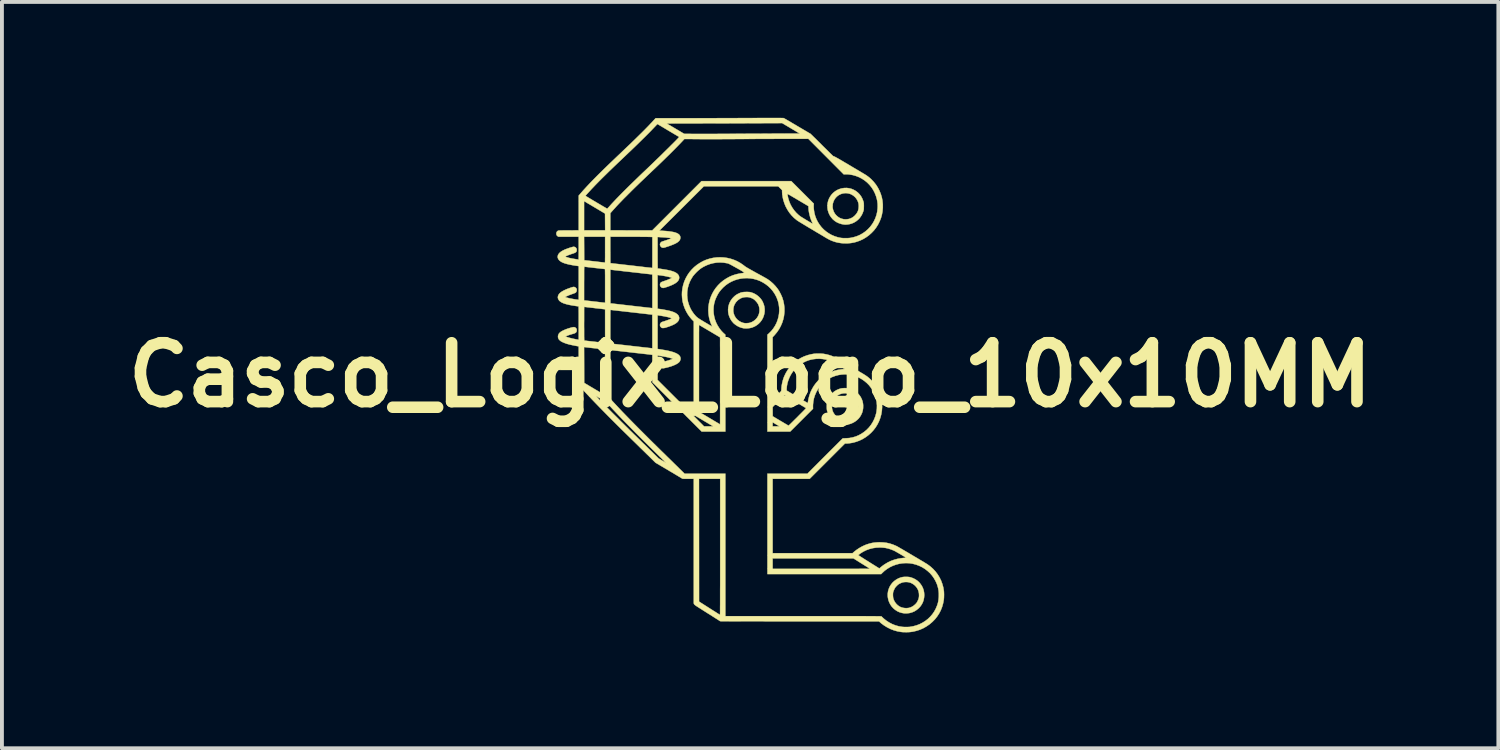
<source format=kicad_pcb>
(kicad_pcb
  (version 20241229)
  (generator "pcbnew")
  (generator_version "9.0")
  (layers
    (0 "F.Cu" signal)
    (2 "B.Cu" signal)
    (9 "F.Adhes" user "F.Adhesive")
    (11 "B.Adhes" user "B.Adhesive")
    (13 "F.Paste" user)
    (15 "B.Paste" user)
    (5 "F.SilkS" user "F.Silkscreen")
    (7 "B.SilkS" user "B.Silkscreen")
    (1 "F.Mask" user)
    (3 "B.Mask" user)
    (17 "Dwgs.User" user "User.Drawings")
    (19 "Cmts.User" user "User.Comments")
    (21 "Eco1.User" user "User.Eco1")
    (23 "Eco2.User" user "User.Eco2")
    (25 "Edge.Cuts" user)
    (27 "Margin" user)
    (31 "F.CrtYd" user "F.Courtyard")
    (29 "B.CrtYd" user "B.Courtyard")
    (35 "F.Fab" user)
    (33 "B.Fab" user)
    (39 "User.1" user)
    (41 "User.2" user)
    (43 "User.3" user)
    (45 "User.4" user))
  (footprint "Casco_Logix_Logo_10x10MM"
    (layer "F.Cu")
    (at 16.372 6.659)
    (property "Reference" "Casco_Logix_Logo_10x10MM" (at 0 0 0) (layer "F.SilkS") (effects (font (size 1.524 1.524) (thickness 0.3))))
    (attr through_hole)
    (fp_poly (pts (xy -4.801 -0.295) (xy -4.76 -0.295) (xy -4.736 -0.295) (xy -4.537 -0.293) (xy -4.519 -0.28) (xy -4.5 -0.26) (xy -4.489 -0.237) (xy -4.485 -0.211) (xy -4.49 -0.185) (xy -4.491 -0.181) (xy -4.502 -0.161) (xy -4.516 -0.148) (xy -4.533 -0.138) (xy -4.538 -0.136) (xy -4.544 -0.134) (xy -4.552 -0.133) (xy -4.562 -0.132) (xy -4.576 -0.131) (xy -4.595 -0.13) (xy -4.619 -0.13) (xy -4.649 -0.13) (xy -4.686 -0.13) (xy -4.732 -0.13) (xy -4.747 -0.13) (xy -4.796 -0.13) (xy -4.835 -0.13) (xy -4.868 -0.13) (xy -4.893 -0.13) (xy -4.913 -0.131) (xy -4.929 -0.131) (xy -4.94 -0.132) (xy -4.949 -0.134) (xy -4.955 -0.135) (xy -4.961 -0.137) (xy -4.963 -0.138) (xy -4.984 -0.153) (xy -5 -0.173) (xy -5.009 -0.197) (xy -5.01 -0.223) (xy -5.006 -0.242) (xy -4.998 -0.258) (xy -4.984 -0.273) (xy -4.967 -0.286) (xy -4.951 -0.293) (xy -4.95 -0.293) (xy -4.942 -0.294) (xy -4.926 -0.294) (xy -4.903 -0.295) (xy -4.874 -0.295) (xy -4.839 -0.295) (xy -4.801 -0.295)) (stroke (width 0.01) (type solid)) (fill yes) (layer "F.SilkS"))
    (fp_poly (pts (xy 2.557 -4.836) (xy 2.618 -4.821) (xy 2.677 -4.797) (xy 2.733 -4.766) (xy 2.735 -4.764) (xy 2.788 -4.724) (xy 2.834 -4.677) (xy 2.873 -4.624) (xy 2.905 -4.565) (xy 2.929 -4.502) (xy 2.931 -4.496) (xy 2.936 -4.48) (xy 2.939 -4.467) (xy 2.941 -4.454) (xy 2.943 -4.438) (xy 2.943 -4.419) (xy 2.944 -4.395) (xy 2.944 -4.369) (xy 2.943 -4.338) (xy 2.943 -4.314) (xy 2.942 -4.296) (xy 2.941 -4.281) (xy 2.938 -4.268) (xy 2.935 -4.255) (xy 2.931 -4.243) (xy 2.907 -4.178) (xy 2.875 -4.119) (xy 2.837 -4.065) (xy 2.792 -4.019) (xy 2.741 -3.978) (xy 2.683 -3.944) (xy 2.672 -3.939) (xy 2.624 -3.92) (xy 2.573 -3.906) (xy 2.52 -3.897) (xy 2.47 -3.894) (xy 2.436 -3.896) (xy 2.367 -3.908) (xy 2.303 -3.928) (xy 2.243 -3.955) (xy 2.189 -3.99) (xy 2.14 -4.032) (xy 2.13 -4.043) (xy 2.088 -4.094) (xy 2.054 -4.149) (xy 2.029 -4.206) (xy 2.011 -4.265) (xy 2.002 -4.326) (xy 2 -4.383) (xy 2.134 -4.383) (xy 2.136 -4.33) (xy 2.147 -4.278) (xy 2.165 -4.229) (xy 2.19 -4.183) (xy 2.222 -4.142) (xy 2.26 -4.106) (xy 2.303 -4.075) (xy 2.352 -4.052) (xy 2.37 -4.046) (xy 2.424 -4.033) (xy 2.479 -4.03) (xy 2.535 -4.036) (xy 2.562 -4.041) (xy 2.61 -4.058) (xy 2.655 -4.082) (xy 2.697 -4.115) (xy 2.711 -4.129) (xy 2.747 -4.169) (xy 2.774 -4.21) (xy 2.794 -4.254) (xy 2.806 -4.301) (xy 2.811 -4.353) (xy 2.811 -4.398) (xy 2.806 -4.439) (xy 2.795 -4.478) (xy 2.778 -4.519) (xy 2.778 -4.519) (xy 2.751 -4.564) (xy 2.718 -4.604) (xy 2.678 -4.639) (xy 2.634 -4.668) (xy 2.588 -4.689) (xy 2.535 -4.703) (xy 2.482 -4.709) (xy 2.43 -4.706) (xy 2.379 -4.695) (xy 2.331 -4.677) (xy 2.287 -4.653) (xy 2.246 -4.621) (xy 2.211 -4.584) (xy 2.181 -4.541) (xy 2.158 -4.493) (xy 2.142 -4.441) (xy 2.141 -4.437) (xy 2.134 -4.383) (xy 2 -4.383) (xy 2 -4.387) (xy 2.006 -4.448) (xy 2.02 -4.508) (xy 2.042 -4.566) (xy 2.072 -4.621) (xy 2.11 -4.673) (xy 2.15 -4.715) (xy 2.2 -4.756) (xy 2.254 -4.789) (xy 2.312 -4.814) (xy 2.372 -4.832) (xy 2.433 -4.841) (xy 2.496 -4.843) (xy 2.557 -4.836)) (stroke (width 0.01) (type solid)) (fill yes) (layer "F.SilkS"))
    (fp_poly (pts (xy -0.066 -2.15) (xy -0.042 -2.149) (xy -0.023 -2.148) (xy -0.007 -2.146) (xy 0.009 -2.143) (xy 0.023 -2.139) (xy 0.085 -2.118) (xy 0.143 -2.088) (xy 0.196 -2.051) (xy 0.228 -2.023) (xy 0.262 -1.988) (xy 0.29 -1.953) (xy 0.314 -1.916) (xy 0.326 -1.892) (xy 0.351 -1.832) (xy 0.368 -1.771) (xy 0.376 -1.71) (xy 0.376 -1.649) (xy 0.368 -1.588) (xy 0.352 -1.53) (xy 0.33 -1.474) (xy 0.3 -1.421) (xy 0.264 -1.373) (xy 0.221 -1.328) (xy 0.172 -1.29) (xy 0.118 -1.257) (xy 0.058 -1.232) (xy 0.053 -1.23) (xy 0.004 -1.217) (xy -0.05 -1.209) (xy -0.105 -1.206) (xy -0.159 -1.209) (xy -0.169 -1.21) (xy -0.224 -1.223) (xy -0.28 -1.243) (xy -0.333 -1.27) (xy -0.383 -1.303) (xy -0.428 -1.34) (xy -0.438 -1.351) (xy -0.48 -1.401) (xy -0.514 -1.456) (xy -0.54 -1.513) (xy -0.559 -1.572) (xy -0.569 -1.633) (xy -0.571 -1.69) (xy -0.437 -1.69) (xy -0.435 -1.638) (xy -0.424 -1.586) (xy -0.405 -1.536) (xy -0.378 -1.489) (xy -0.361 -1.466) (xy -0.325 -1.428) (xy -0.283 -1.396) (xy -0.236 -1.37) (xy -0.186 -1.351) (xy -0.153 -1.344) (xy -0.129 -1.341) (xy -0.099 -1.341) (xy -0.067 -1.343) (xy -0.036 -1.346) (xy -0.009 -1.351) (xy -0.002 -1.353) (xy 0.051 -1.374) (xy 0.099 -1.403) (xy 0.141 -1.438) (xy 0.177 -1.479) (xy 0.206 -1.526) (xy 0.208 -1.531) (xy 0.225 -1.571) (xy 0.235 -1.61) (xy 0.241 -1.652) (xy 0.242 -1.681) (xy 0.238 -1.736) (xy 0.226 -1.786) (xy 0.206 -1.834) (xy 0.177 -1.878) (xy 0.141 -1.919) (xy 0.121 -1.939) (xy 0.105 -1.953) (xy 0.09 -1.964) (xy 0.073 -1.974) (xy 0.055 -1.983) (xy 0.018 -1.999) (xy -0.015 -2.009) (xy -0.048 -2.016) (xy -0.085 -2.018) (xy -0.098 -2.018) (xy -0.154 -2.014) (xy -0.205 -2.002) (xy -0.253 -1.981) (xy -0.298 -1.952) (xy -0.328 -1.927) (xy -0.366 -1.886) (xy -0.396 -1.84) (xy -0.418 -1.792) (xy -0.431 -1.741) (xy -0.437 -1.69) (xy -0.571 -1.69) (xy -0.571 -1.694) (xy -0.566 -1.755) (xy -0.552 -1.814) (xy -0.531 -1.872) (xy -0.501 -1.928) (xy -0.464 -1.98) (xy -0.433 -2.013) (xy -0.396 -2.048) (xy -0.358 -2.076) (xy -0.317 -2.1) (xy -0.299 -2.108) (xy -0.267 -2.123) (xy -0.238 -2.134) (xy -0.209 -2.141) (xy -0.18 -2.146) (xy -0.146 -2.149) (xy -0.107 -2.15) (xy -0.097 -2.15) (xy -0.066 -2.15)) (stroke (width 0.01) (type solid)) (fill yes) (layer "F.SilkS"))
    (fp_poly (pts (xy 4.052 5.226) (xy 4.091 5.228) (xy 4.125 5.232) (xy 4.144 5.236) (xy 4.208 5.257) (xy 4.267 5.285) (xy 4.322 5.32) (xy 4.371 5.363) (xy 4.404 5.401) (xy 4.442 5.455) (xy 4.471 5.512) (xy 4.492 5.572) (xy 4.504 5.636) (xy 4.508 5.699) (xy 4.503 5.766) (xy 4.49 5.83) (xy 4.469 5.89) (xy 4.439 5.946) (xy 4.401 5.999) (xy 4.365 6.037) (xy 4.314 6.08) (xy 4.259 6.116) (xy 4.2 6.142) (xy 4.138 6.161) (xy 4.074 6.17) (xy 4.007 6.171) (xy 3.987 6.17) (xy 3.923 6.159) (xy 3.863 6.14) (xy 3.807 6.114) (xy 3.755 6.08) (xy 3.708 6.04) (xy 3.666 5.995) (xy 3.631 5.944) (xy 3.602 5.888) (xy 3.58 5.829) (xy 3.567 5.766) (xy 3.562 5.722) (xy 3.562 5.704) (xy 3.697 5.704) (xy 3.699 5.736) (xy 3.702 5.764) (xy 3.705 5.782) (xy 3.724 5.834) (xy 3.751 5.883) (xy 3.785 5.927) (xy 3.825 5.965) (xy 3.87 5.996) (xy 3.911 6.015) (xy 3.958 6.028) (xy 4.007 6.035) (xy 4.056 6.036) (xy 4.104 6.031) (xy 4.142 6.021) (xy 4.184 6.003) (xy 4.221 5.982) (xy 4.256 5.954) (xy 4.277 5.935) (xy 4.296 5.915) (xy 4.311 5.897) (xy 4.322 5.88) (xy 4.333 5.859) (xy 4.337 5.851) (xy 4.354 5.814) (xy 4.365 5.781) (xy 4.371 5.747) (xy 4.373 5.71) (xy 4.373 5.698) (xy 4.37 5.649) (xy 4.361 5.603) (xy 4.345 5.56) (xy 4.337 5.543) (xy 4.307 5.495) (xy 4.271 5.454) (xy 4.228 5.419) (xy 4.182 5.392) (xy 4.148 5.377) (xy 4.116 5.368) (xy 4.083 5.362) (xy 4.045 5.36) (xy 4.036 5.36) (xy 4 5.361) (xy 3.969 5.365) (xy 3.939 5.372) (xy 3.909 5.384) (xy 3.879 5.397) (xy 3.857 5.409) (xy 3.839 5.42) (xy 3.823 5.433) (xy 3.804 5.45) (xy 3.796 5.459) (xy 3.777 5.478) (xy 3.763 5.494) (xy 3.752 5.51) (xy 3.741 5.529) (xy 3.732 5.547) (xy 3.722 5.569) (xy 3.713 5.591) (xy 3.706 5.61) (xy 3.703 5.62) (xy 3.699 5.643) (xy 3.697 5.672) (xy 3.697 5.704) (xy 3.562 5.704) (xy 3.563 5.657) (xy 3.572 5.595) (xy 3.59 5.535) (xy 3.615 5.478) (xy 3.648 5.425) (xy 3.686 5.377) (xy 3.731 5.335) (xy 3.782 5.298) (xy 3.837 5.267) (xy 3.897 5.244) (xy 3.946 5.232) (xy 3.977 5.228) (xy 4.013 5.226) (xy 4.052 5.226)) (stroke (width 0.01) (type solid)) (fill yes) (layer "F.SilkS"))
    (fp_poly (pts (xy 2.49 0.34) (xy 2.526 0.343) (xy 2.557 0.348) (xy 2.564 0.35) (xy 2.623 0.369) (xy 2.675 0.393) (xy 2.722 0.422) (xy 2.767 0.457) (xy 2.779 0.468) (xy 2.825 0.517) (xy 2.862 0.57) (xy 2.89 0.625) (xy 2.911 0.685) (xy 2.923 0.748) (xy 2.926 0.792) (xy 2.925 0.859) (xy 2.915 0.922) (xy 2.897 0.982) (xy 2.869 1.041) (xy 2.844 1.082) (xy 2.809 1.127) (xy 2.766 1.168) (xy 2.719 1.204) (xy 2.668 1.234) (xy 2.615 1.258) (xy 2.561 1.274) (xy 2.508 1.282) (xy 2.489 1.283) (xy 2.473 1.285) (xy 2.462 1.286) (xy 2.461 1.286) (xy 2.452 1.286) (xy 2.436 1.285) (xy 2.416 1.284) (xy 2.408 1.283) (xy 2.346 1.273) (xy 2.285 1.255) (xy 2.227 1.227) (xy 2.173 1.192) (xy 2.123 1.15) (xy 2.119 1.146) (xy 2.076 1.097) (xy 2.042 1.045) (xy 2.014 0.989) (xy 1.994 0.929) (xy 1.99 0.915) (xy 1.988 0.9) (xy 1.986 0.885) (xy 1.985 0.865) (xy 1.984 0.84) (xy 1.984 0.826) (xy 2.116 0.826) (xy 2.116 0.828) (xy 2.123 0.884) (xy 2.138 0.937) (xy 2.161 0.985) (xy 2.192 1.028) (xy 2.229 1.066) (xy 2.273 1.098) (xy 2.322 1.124) (xy 2.376 1.143) (xy 2.399 1.147) (xy 2.429 1.149) (xy 2.461 1.15) (xy 2.494 1.148) (xy 2.524 1.144) (xy 2.538 1.141) (xy 2.59 1.123) (xy 2.637 1.098) (xy 2.679 1.066) (xy 2.716 1.028) (xy 2.746 0.985) (xy 2.769 0.938) (xy 2.785 0.887) (xy 2.793 0.833) (xy 2.793 0.792) (xy 2.786 0.737) (xy 2.77 0.686) (xy 2.746 0.638) (xy 2.713 0.593) (xy 2.702 0.581) (xy 2.661 0.543) (xy 2.615 0.513) (xy 2.565 0.491) (xy 2.514 0.477) (xy 2.46 0.472) (xy 2.405 0.476) (xy 2.351 0.488) (xy 2.34 0.492) (xy 2.309 0.504) (xy 2.281 0.52) (xy 2.253 0.539) (xy 2.224 0.565) (xy 2.214 0.575) (xy 2.194 0.595) (xy 2.18 0.611) (xy 2.169 0.626) (xy 2.159 0.643) (xy 2.151 0.661) (xy 2.133 0.702) (xy 2.122 0.741) (xy 2.116 0.781) (xy 2.116 0.826) (xy 1.984 0.826) (xy 1.984 0.81) (xy 1.984 0.78) (xy 1.985 0.757) (xy 1.986 0.739) (xy 1.987 0.724) (xy 1.99 0.711) (xy 1.994 0.696) (xy 1.997 0.686) (xy 2.021 0.621) (xy 2.052 0.562) (xy 2.09 0.509) (xy 2.135 0.462) (xy 2.185 0.422) (xy 2.241 0.389) (xy 2.302 0.363) (xy 2.346 0.35) (xy 2.376 0.344) (xy 2.412 0.341) (xy 2.451 0.339) (xy 2.49 0.34)) (stroke (width 0.01) (type solid)) (fill yes) (layer "F.SilkS"))
    (fp_poly (pts (xy 0.639 -6.654) (xy 0.681 -6.654) (xy 0.718 -6.654) (xy 0.75 -6.654) (xy 0.777 -6.654) (xy 0.8 -6.653) (xy 0.819 -6.653) (xy 0.835 -6.653) (xy 0.847 -6.652) (xy 0.857 -6.652) (xy 0.864 -6.651) (xy 0.869 -6.65) (xy 0.872 -6.65) (xy 0.873 -6.649) (xy 0.879 -6.646) (xy 0.893 -6.638) (xy 0.913 -6.626) (xy 0.94 -6.611) (xy 0.972 -6.592) (xy 1.009 -6.571) (xy 1.05 -6.547) (xy 1.094 -6.52) (xy 1.142 -6.492) (xy 1.192 -6.463) (xy 1.221 -6.445) (xy 1.272 -6.415) (xy 1.32 -6.387) (xy 1.366 -6.36) (xy 1.408 -6.335) (xy 1.446 -6.313) (xy 1.48 -6.293) (xy 1.508 -6.276) (xy 1.531 -6.263) (xy 1.547 -6.254) (xy 1.556 -6.249) (xy 1.558 -6.248) (xy 1.562 -6.245) (xy 1.572 -6.236) (xy 1.587 -6.221) (xy 1.608 -6.201) (xy 1.633 -6.176) (xy 1.663 -6.147) (xy 1.696 -6.115) (xy 1.732 -6.079) (xy 1.771 -6.04) (xy 1.813 -5.999) (xy 1.854 -5.957) (xy 1.897 -5.914) (xy 1.939 -5.873) (xy 1.978 -5.835) (xy 2.014 -5.799) (xy 2.047 -5.766) (xy 2.076 -5.737) (xy 2.102 -5.713) (xy 2.122 -5.693) (xy 2.138 -5.678) (xy 2.147 -5.669) (xy 2.151 -5.667) (xy 2.158 -5.665) (xy 2.168 -5.661) (xy 2.184 -5.654) (xy 2.204 -5.644) (xy 2.229 -5.63) (xy 2.261 -5.613) (xy 2.298 -5.592) (xy 2.341 -5.567) (xy 2.391 -5.538) (xy 2.447 -5.504) (xy 2.512 -5.467) (xy 2.563 -5.436) (xy 2.615 -5.405) (xy 2.665 -5.375) (xy 2.714 -5.346) (xy 2.76 -5.319) (xy 2.804 -5.293) (xy 2.843 -5.27) (xy 2.877 -5.249) (xy 2.906 -5.232) (xy 2.928 -5.219) (xy 2.944 -5.21) (xy 2.946 -5.208) (xy 3.002 -5.174) (xy 3.05 -5.14) (xy 3.094 -5.105) (xy 3.135 -5.068) (xy 3.2 -5) (xy 3.258 -4.927) (xy 3.307 -4.85) (xy 3.349 -4.769) (xy 3.383 -4.685) (xy 3.409 -4.599) (xy 3.426 -4.51) (xy 3.435 -4.42) (xy 3.435 -4.328) (xy 3.427 -4.237) (xy 3.41 -4.146) (xy 3.387 -4.064) (xy 3.353 -3.978) (xy 3.312 -3.896) (xy 3.263 -3.818) (xy 3.208 -3.746) (xy 3.145 -3.68) (xy 3.078 -3.62) (xy 3.004 -3.566) (xy 2.926 -3.519) (xy 2.843 -3.48) (xy 2.756 -3.449) (xy 2.694 -3.432) (xy 2.611 -3.417) (xy 2.526 -3.409) (xy 2.439 -3.408) (xy 2.352 -3.415) (xy 2.268 -3.429) (xy 2.211 -3.443) (xy 2.157 -3.46) (xy 2.107 -3.479) (xy 2.058 -3.501) (xy 2.009 -3.527) (xy 1.955 -3.558) (xy 1.947 -3.563) (xy 1.935 -3.57) (xy 1.917 -3.581) (xy 1.892 -3.596) (xy 1.861 -3.615) (xy 1.825 -3.636) (xy 1.785 -3.66) (xy 1.74 -3.686) (xy 1.693 -3.714) (xy 1.644 -3.744) (xy 1.593 -3.774) (xy 1.575 -3.785) (xy 1.523 -3.815) (xy 1.474 -3.845) (xy 1.426 -3.874) (xy 1.381 -3.901) (xy 1.34 -3.926) (xy 1.302 -3.949) (xy 1.27 -3.968) (xy 1.244 -3.985) (xy 1.224 -3.998) (xy 1.211 -4.007) (xy 1.208 -4.009) (xy 1.137 -4.068) (xy 1.072 -4.134) (xy 1.014 -4.205) (xy 0.964 -4.282) (xy 0.92 -4.363) (xy 0.885 -4.449) (xy 0.857 -4.538) (xy 0.845 -4.592) (xy 0.84 -4.623) (xy 0.835 -4.657) (xy 0.832 -4.685) (xy 0.966 -4.685) (xy 0.968 -4.672) (xy 0.97 -4.654) (xy 0.974 -4.633) (xy 0.979 -4.61) (xy 0.983 -4.587) (xy 0.988 -4.566) (xy 0.989 -4.565) (xy 1.014 -4.486) (xy 1.047 -4.409) (xy 1.089 -4.335) (xy 1.137 -4.266) (xy 1.193 -4.201) (xy 1.254 -4.143) (xy 1.294 -4.111) (xy 1.303 -4.105) (xy 1.317 -4.096) (xy 1.337 -4.083) (xy 1.362 -4.068) (xy 1.389 -4.051) (xy 1.419 -4.033) (xy 1.45 -4.014) (xy 1.482 -3.995) (xy 1.512 -3.977) (xy 1.54 -3.96) (xy 1.566 -3.945) (xy 1.587 -3.933) (xy 1.604 -3.924) (xy 1.614 -3.918) (xy 1.618 -3.916) (xy 1.621 -3.918) (xy 1.621 -3.918) (xy 1.619 -3.923) (xy 1.614 -3.934) (xy 1.607 -3.949) (xy 1.6 -3.963) (xy 1.577 -4.018) (xy 1.556 -4.078) (xy 1.539 -4.142) (xy 1.525 -4.205) (xy 1.515 -4.268) (xy 1.511 -4.326) (xy 1.51 -4.348) (xy 1.51 -4.372) (xy 1.24 -4.532) (xy 1.194 -4.559) (xy 1.151 -4.585) (xy 1.11 -4.608) (xy 1.074 -4.63) (xy 1.042 -4.649) (xy 1.014 -4.664) (xy 0.992 -4.677) (xy 0.977 -4.685) (xy 0.968 -4.69) (xy 0.967 -4.691) (xy 0.966 -4.685) (xy 0.832 -4.685) (xy 0.831 -4.693) (xy 0.828 -4.727) (xy 0.827 -4.755) (xy 0.827 -4.764) (xy 0.827 -4.787) (xy 0.727 -4.886) (xy -0.236 -4.886) (xy -1.198 -4.886) (xy -2.35 -3.738) (xy -2.255 -3.732) (xy -2.19 -3.728) (xy -2.129 -3.722) (xy -2.072 -3.715) (xy -2.021 -3.707) (xy -1.978 -3.699) (xy -1.968 -3.697) (xy -1.919 -3.682) (xy -1.88 -3.665) (xy -1.848 -3.644) (xy -1.826 -3.621) (xy -1.812 -3.593) (xy -1.806 -3.563) (xy -1.807 -3.548) (xy -1.812 -3.519) (xy -1.823 -3.493) (xy -1.842 -3.469) (xy -1.849 -3.463) (xy -1.871 -3.443) (xy -1.899 -3.424) (xy -1.933 -3.405) (xy -1.974 -3.386) (xy -2.023 -3.366) (xy -2.079 -3.345) (xy -2.124 -3.33) (xy -2.161 -3.318) (xy -2.189 -3.308) (xy -2.212 -3.302) (xy -2.229 -3.297) (xy -2.242 -3.295) (xy -2.253 -3.294) (xy -2.262 -3.295) (xy -2.271 -3.297) (xy -2.275 -3.297) (xy -2.297 -3.308) (xy -2.315 -3.325) (xy -2.328 -3.347) (xy -2.335 -3.371) (xy -2.334 -3.392) (xy -2.326 -3.413) (xy -2.313 -3.432) (xy -2.295 -3.447) (xy -2.288 -3.451) (xy -2.277 -3.455) (xy -2.26 -3.461) (xy -2.237 -3.468) (xy -2.213 -3.476) (xy -2.201 -3.48) (xy -2.172 -3.489) (xy -2.141 -3.5) (xy -2.112 -3.51) (xy -2.088 -3.519) (xy -2.083 -3.52) (xy -2.063 -3.529) (xy -2.05 -3.535) (xy -2.043 -3.538) (xy -2.043 -3.541) (xy -2.046 -3.543) (xy -2.059 -3.546) (xy -2.079 -3.549) (xy -2.105 -3.552) (xy -2.136 -3.555) (xy -2.17 -3.559) (xy -2.205 -3.562) (xy -2.241 -3.564) (xy -2.256 -3.565) (xy -2.285 -3.567) (xy -2.313 -3.568) (xy -2.338 -3.57) (xy -2.358 -3.571) (xy -2.368 -3.572) (xy -2.397 -3.573) (xy -2.397 -3.165) (xy -2.397 -3.087) (xy -2.397 -3.017) (xy -2.396 -2.955) (xy -2.396 -2.901) (xy -2.396 -2.856) (xy -2.395 -2.818) (xy -2.394 -2.79) (xy -2.394 -2.77) (xy -2.393 -2.759) (xy -2.392 -2.757) (xy -2.382 -2.756) (xy -2.364 -2.754) (xy -2.341 -2.751) (xy -2.312 -2.747) (xy -2.281 -2.742) (xy -2.249 -2.737) (xy -2.217 -2.732) (xy -2.186 -2.727) (xy -2.159 -2.722) (xy -2.137 -2.718) (xy -2.136 -2.718) (xy -2.069 -2.703) (xy -2.011 -2.686) (xy -1.962 -2.668) (xy -1.921 -2.647) (xy -1.889 -2.625) (xy -1.865 -2.6) (xy -1.848 -2.574) (xy -1.839 -2.544) (xy -1.837 -2.524) (xy -1.84 -2.493) (xy -1.85 -2.464) (xy -1.868 -2.436) (xy -1.893 -2.409) (xy -1.926 -2.383) (xy -1.967 -2.358) (xy -2.017 -2.333) (xy -2.072 -2.31) (xy -2.101 -2.299) (xy -2.131 -2.288) (xy -2.161 -2.278) (xy -2.19 -2.269) (xy -2.216 -2.261) (xy -2.236 -2.256) (xy -2.25 -2.254) (xy -2.253 -2.254) (xy -2.278 -2.258) (xy -2.3 -2.27) (xy -2.318 -2.287) (xy -2.33 -2.309) (xy -2.335 -2.333) (xy -2.332 -2.358) (xy -2.326 -2.374) (xy -2.319 -2.387) (xy -2.308 -2.398) (xy -2.292 -2.407) (xy -2.27 -2.417) (xy -2.24 -2.427) (xy -2.228 -2.431) (xy -2.188 -2.445) (xy -2.149 -2.459) (xy -2.112 -2.474) (xy -2.079 -2.488) (xy -2.053 -2.501) (xy -2.047 -2.504) (xy -2.027 -2.516) (xy -2.047 -2.523) (xy -2.072 -2.531) (xy -2.105 -2.54) (xy -2.143 -2.549) (xy -2.186 -2.558) (xy -2.231 -2.566) (xy -2.278 -2.574) (xy -2.323 -2.58) (xy -2.334 -2.582) (xy -2.354 -2.584) (xy -2.372 -2.586) (xy -2.384 -2.588) (xy -2.386 -2.589) (xy -2.397 -2.591) (xy -2.397 -1.715) (xy -2.322 -1.705) (xy -2.275 -1.698) (xy -2.226 -1.689) (xy -2.178 -1.68) (xy -2.131 -1.671) (xy -2.089 -1.661) (xy -2.053 -1.652) (xy -2.041 -1.648) (xy -1.986 -1.63) (xy -1.94 -1.609) (xy -1.902 -1.585) (xy -1.873 -1.56) (xy -1.852 -1.532) (xy -1.841 -1.502) (xy -1.837 -1.477) (xy -1.84 -1.446) (xy -1.849 -1.418) (xy -1.865 -1.392) (xy -1.888 -1.366) (xy -1.918 -1.342) (xy -1.956 -1.318) (xy -2.002 -1.295) (xy -2.057 -1.272) (xy -2.12 -1.249) (xy -2.13 -1.246) (xy -2.161 -1.236) (xy -2.185 -1.228) (xy -2.204 -1.223) (xy -2.219 -1.22) (xy -2.232 -1.218) (xy -2.246 -1.217) (xy -2.249 -1.217) (xy -2.268 -1.217) (xy -2.281 -1.219) (xy -2.29 -1.222) (xy -2.3 -1.229) (xy -2.301 -1.23) (xy -2.321 -1.25) (xy -2.332 -1.273) (xy -2.335 -1.297) (xy -2.33 -1.322) (xy -2.317 -1.346) (xy -2.31 -1.354) (xy -2.296 -1.365) (xy -2.28 -1.373) (xy -2.258 -1.38) (xy -2.224 -1.391) (xy -2.189 -1.402) (xy -2.153 -1.415) (xy -2.12 -1.427) (xy -2.091 -1.438) (xy -2.069 -1.448) (xy -2.064 -1.45) (xy -2.03 -1.468) (xy -2.048 -1.475) (xy -2.07 -1.483) (xy -2.099 -1.492) (xy -2.136 -1.501) (xy -2.179 -1.51) (xy -2.227 -1.52) (xy -2.279 -1.529) (xy -2.334 -1.538) (xy -2.38 -1.545) (xy -2.397 -1.548) (xy -2.397 -0.675) (xy -2.382 -0.672) (xy -2.329 -0.664) (xy -2.285 -0.656) (xy -2.248 -0.65) (xy -2.217 -0.645) (xy -2.191 -0.64) (xy -2.169 -0.636) (xy -2.151 -0.633) (xy -2.135 -0.629) (xy -2.12 -0.626) (xy -2.116 -0.625) (xy -2.047 -0.608) (xy -1.988 -0.591) (xy -1.937 -0.571) (xy -1.894 -0.551) (xy -1.86 -0.529) (xy -1.834 -0.505) (xy -1.815 -0.479) (xy -1.805 -0.452) (xy -1.801 -0.422) (xy -1.804 -0.398) (xy -1.813 -0.373) (xy -1.825 -0.35) (xy -1.833 -0.338) (xy -1.862 -0.312) (xy -1.9 -0.287) (xy -1.947 -0.263) (xy -2.002 -0.24) (xy -2.065 -0.218) (xy -2.136 -0.198) (xy -2.2 -0.183) (xy -2.23 -0.177) (xy -2.254 -0.174) (xy -2.272 -0.175) (xy -2.287 -0.18) (xy -2.301 -0.19) (xy -2.31 -0.198) (xy -2.326 -0.22) (xy -2.334 -0.245) (xy -2.334 -0.27) (xy -2.326 -0.294) (xy -2.31 -0.315) (xy -2.305 -0.32) (xy -2.295 -0.326) (xy -2.28 -0.332) (xy -2.257 -0.339) (xy -2.227 -0.347) (xy -2.223 -0.348) (xy -2.162 -0.364) (xy -2.109 -0.379) (xy -2.065 -0.394) (xy -2.033 -0.406) (xy -2.002 -0.42) (xy -2.016 -0.425) (xy -2.031 -0.43) (xy -2.053 -0.437) (xy -2.079 -0.444) (xy -2.108 -0.452) (xy -2.136 -0.459) (xy -2.162 -0.465) (xy -2.168 -0.466) (xy -2.186 -0.47) (xy -2.209 -0.474) (xy -2.236 -0.479) (xy -2.265 -0.484) (xy -2.294 -0.489) (xy -2.322 -0.494) (xy -2.347 -0.498) (xy -2.368 -0.501) (xy -2.382 -0.503) (xy -2.388 -0.503) (xy -2.39 -0.503) (xy -2.392 -0.502) (xy -2.393 -0.498) (xy -2.394 -0.493) (xy -2.395 -0.484) (xy -2.395 -0.472) (xy -2.396 -0.456) (xy -2.396 -0.434) (xy -2.396 -0.407) (xy -2.397 -0.374) (xy -2.397 -0.334) (xy -2.397 -0.286) (xy -2.397 -0.23) (xy -2.397 -0.188) (xy -2.397 0.128) (xy -1.999 0.525) (xy -1.602 0.921) (xy -1.531 0.923) (xy -1.459 0.924) (xy -1.459 -0.186) (xy -1.325 -0.186) (xy -1.325 0.954) (xy -1.052 1.116) (xy -0.778 1.279) (xy -0.777 0.153) (xy -0.777 0.052) (xy -0.777 -0.047) (xy -0.777 -0.143) (xy -0.777 -0.236) (xy -0.777 -0.325) (xy -0.777 -0.41) (xy -0.777 -0.491) (xy -0.777 -0.567) (xy -0.777 -0.638) (xy -0.777 -0.703) (xy -0.778 -0.762) (xy -0.778 -0.815) (xy -0.778 -0.861) (xy -0.778 -0.9) (xy -0.778 -0.931) (xy -0.779 -0.954) (xy -0.779 -0.969) (xy -0.779 -0.975) (xy -0.779 -0.975) (xy -0.784 -0.978) (xy -0.795 -0.985) (xy -0.813 -0.996) (xy -0.837 -1.01) (xy -0.865 -1.027) (xy -0.897 -1.046) (xy -0.933 -1.067) (xy -0.97 -1.089) (xy -1.01 -1.113) (xy -1.05 -1.137) (xy -1.09 -1.16) (xy -1.13 -1.184) (xy -1.168 -1.206) (xy -1.203 -1.227) (xy -1.236 -1.246) (xy -1.264 -1.263) (xy -1.288 -1.277) (xy -1.306 -1.288) (xy -1.318 -1.295) (xy -1.323 -1.298) (xy -1.323 -1.298) (xy -1.324 -1.293) (xy -1.324 -1.28) (xy -1.324 -1.258) (xy -1.324 -1.228) (xy -1.324 -1.191) (xy -1.324 -1.146) (xy -1.325 -1.094) (xy -1.325 -1.036) (xy -1.325 -0.972) (xy -1.325 -0.902) (xy -1.325 -0.827) (xy -1.325 -0.747) (xy -1.325 -0.662) (xy -1.325 -0.574) (xy -1.325 -0.481) (xy -1.325 -0.386) (xy -1.325 -0.287) (xy -1.325 -0.186) (xy -1.459 -0.186) (xy -1.459 -1.388) (xy -1.487 -1.416) (xy -1.502 -1.431) (xy -1.52 -1.45) (xy -1.538 -1.472) (xy -1.553 -1.489) (xy -1.608 -1.564) (xy -1.655 -1.644) (xy -1.694 -1.727) (xy -1.725 -1.813) (xy -1.748 -1.901) (xy -1.761 -1.991) (xy -1.765 -2.056) (xy -1.631 -2.056) (xy -1.624 -1.973) (xy -1.608 -1.892) (xy -1.583 -1.813) (xy -1.552 -1.737) (xy -1.523 -1.681) (xy -1.491 -1.631) (xy -1.456 -1.582) (xy -1.44 -1.563) (xy -1.425 -1.545) (xy -1.411 -1.53) (xy -1.397 -1.515) (xy -1.383 -1.502) (xy -1.366 -1.488) (xy -1.348 -1.474) (xy -1.326 -1.459) (xy -1.299 -1.442) (xy -1.268 -1.422) (xy -1.231 -1.4) (xy -1.187 -1.373) (xy -1.168 -1.362) (xy -1.125 -1.337) (xy -1.089 -1.315) (xy -1.059 -1.298) (xy -1.036 -1.284) (xy -1.018 -1.274) (xy -1.004 -1.266) (xy -0.995 -1.261) (xy -0.989 -1.258) (xy -0.985 -1.257) (xy -0.984 -1.257) (xy -0.984 -1.258) (xy -0.985 -1.262) (xy -0.99 -1.274) (xy -0.997 -1.289) (xy -1.002 -1.298) (xy -1.021 -1.344) (xy -1.039 -1.395) (xy -1.054 -1.449) (xy -1.065 -1.494) (xy -1.078 -1.585) (xy -1.083 -1.675) (xy -1.079 -1.765) (xy -1.067 -1.853) (xy -1.047 -1.939) (xy -1.018 -2.023) (xy -0.982 -2.104) (xy -0.939 -2.181) (xy -0.888 -2.255) (xy -0.831 -2.323) (xy -0.767 -2.387) (xy -0.696 -2.445) (xy -0.62 -2.496) (xy -0.547 -2.537) (xy -0.497 -2.56) (xy -0.449 -2.58) (xy -0.399 -2.596) (xy -0.347 -2.611) (xy -0.29 -2.623) (xy -0.227 -2.634) (xy -0.178 -2.64) (xy -0.151 -2.644) (xy -0.17 -2.663) (xy -0.178 -2.67) (xy -0.191 -2.679) (xy -0.21 -2.691) (xy -0.236 -2.707) (xy -0.268 -2.725) (xy -0.307 -2.748) (xy -0.355 -2.774) (xy -0.372 -2.784) (xy -0.416 -2.808) (xy -0.452 -2.828) (xy -0.483 -2.845) (xy -0.507 -2.858) (xy -0.527 -2.868) (xy -0.543 -2.876) (xy -0.557 -2.882) (xy -0.568 -2.887) (xy -0.578 -2.89) (xy -0.588 -2.893) (xy -0.598 -2.895) (xy -0.601 -2.895) (xy -0.69 -2.909) (xy -0.779 -2.914) (xy -0.868 -2.91) (xy -0.955 -2.896) (xy -1.04 -2.874) (xy -1.123 -2.843) (xy -1.204 -2.804) (xy -1.266 -2.766) (xy -1.302 -2.74) (xy -1.34 -2.708) (xy -1.379 -2.672) (xy -1.416 -2.634) (xy -1.45 -2.596) (xy -1.479 -2.561) (xy -1.484 -2.554) (xy -1.526 -2.486) (xy -1.563 -2.413) (xy -1.592 -2.336) (xy -1.613 -2.257) (xy -1.627 -2.178) (xy -1.63 -2.142) (xy -1.631 -2.056) (xy -1.765 -2.056) (xy -1.766 -2.082) (xy -1.764 -2.151) (xy -1.753 -2.243) (xy -1.733 -2.333) (xy -1.705 -2.42) (xy -1.669 -2.503) (xy -1.625 -2.582) (xy -1.574 -2.657) (xy -1.515 -2.727) (xy -1.45 -2.792) (xy -1.379 -2.85) (xy -1.301 -2.902) (xy -1.221 -2.947) (xy -1.135 -2.984) (xy -1.047 -3.012) (xy -0.957 -3.032) (xy -0.866 -3.044) (xy -0.775 -3.047) (xy -0.683 -3.043) (xy -0.593 -3.03) (xy -0.504 -3.009) (xy -0.417 -2.98) (xy -0.334 -2.944) (xy -0.254 -2.899) (xy -0.178 -2.847) (xy -0.152 -2.827) (xy -0.141 -2.818) (xy -0.128 -2.809) (xy -0.111 -2.797) (xy -0.09 -2.784) (xy -0.064 -2.769) (xy -0.033 -2.751) (xy 0.004 -2.73) (xy 0.047 -2.706) (xy 0.098 -2.677) (xy 0.111 -2.67) (xy 0.154 -2.646) (xy 0.196 -2.623) (xy 0.236 -2.601) (xy 0.273 -2.581) (xy 0.306 -2.563) (xy 0.334 -2.547) (xy 0.356 -2.535) (xy 0.372 -2.527) (xy 0.376 -2.524) (xy 0.452 -2.48) (xy 0.525 -2.427) (xy 0.593 -2.367) (xy 0.655 -2.302) (xy 0.711 -2.232) (xy 0.746 -2.18) (xy 0.791 -2.097) (xy 0.829 -2.012) (xy 0.857 -1.924) (xy 0.876 -1.834) (xy 0.887 -1.742) (xy 0.888 -1.649) (xy 0.886 -1.618) (xy 0.876 -1.526) (xy 0.856 -1.436) (xy 0.828 -1.349) (xy 0.791 -1.264) (xy 0.746 -1.183) (xy 0.693 -1.106) (xy 0.633 -1.034) (xy 0.624 -1.024) (xy 0.582 -0.98) (xy 0.582 0.64) (xy 0.695 0.526) (xy 0.808 0.413) (xy 0.808 0.402) (xy 0.944 0.402) (xy 1.219 0.566) (xy 1.494 0.729) (xy 1.497 0.698) (xy 1.5 0.68) (xy 1.504 0.656) (xy 1.508 0.631) (xy 1.511 0.619) (xy 1.533 0.532) (xy 1.563 0.447) (xy 1.602 0.365) (xy 1.648 0.286) (xy 1.702 0.212) (xy 1.761 0.144) (xy 1.827 0.081) (xy 1.898 0.026) (xy 1.944 -0.004) (xy 2.019 -0.047) (xy 2.097 -0.082) (xy 2.179 -0.11) (xy 2.264 -0.131) (xy 2.356 -0.146) (xy 2.408 -0.151) (xy 2.45 -0.155) (xy 2.303 -0.242) (xy 2.267 -0.263) (xy 2.233 -0.283) (xy 2.201 -0.301) (xy 2.172 -0.318) (xy 2.147 -0.331) (xy 2.128 -0.342) (xy 2.117 -0.347) (xy 2.042 -0.377) (xy 1.962 -0.4) (xy 1.88 -0.414) (xy 1.797 -0.421) (xy 1.713 -0.419) (xy 1.629 -0.409) (xy 1.547 -0.391) (xy 1.511 -0.38) (xy 1.437 -0.352) (xy 1.365 -0.315) (xy 1.295 -0.271) (xy 1.231 -0.222) (xy 1.173 -0.167) (xy 1.15 -0.142) (xy 1.099 -0.078) (xy 1.055 -0.01) (xy 1.018 0.062) (xy 0.988 0.137) (xy 0.965 0.212) (xy 0.951 0.288) (xy 0.945 0.362) (xy 0.944 0.402) (xy 0.808 0.402) (xy 0.808 0.384) (xy 0.811 0.329) (xy 0.818 0.269) (xy 0.83 0.207) (xy 0.845 0.145) (xy 0.863 0.086) (xy 0.882 0.036) (xy 0.924 -0.051) (xy 0.973 -0.132) (xy 1.029 -0.207) (xy 1.091 -0.275) (xy 1.158 -0.337) (xy 1.232 -0.392) (xy 1.31 -0.439) (xy 1.393 -0.479) (xy 1.481 -0.511) (xy 1.572 -0.535) (xy 1.639 -0.547) (xy 1.677 -0.552) (xy 1.72 -0.554) (xy 1.767 -0.555) (xy 1.814 -0.554) (xy 1.858 -0.552) (xy 1.897 -0.548) (xy 1.905 -0.547) (xy 1.976 -0.534) (xy 2.046 -0.516) (xy 2.115 -0.493) (xy 2.178 -0.467) (xy 2.199 -0.457) (xy 2.207 -0.452) (xy 2.223 -0.443) (xy 2.246 -0.43) (xy 2.274 -0.414) (xy 2.308 -0.394) (xy 2.346 -0.372) (xy 2.387 -0.347) (xy 2.432 -0.321) (xy 2.479 -0.293) (xy 2.522 -0.268) (xy 2.572 -0.238) (xy 2.622 -0.208) (xy 2.671 -0.179) (xy 2.718 -0.151) (xy 2.762 -0.125) (xy 2.802 -0.102) (xy 2.837 -0.08) (xy 2.867 -0.063) (xy 2.891 -0.049) (xy 2.902 -0.042) (xy 2.931 -0.025) (xy 2.961 -0.006) (xy 2.989 0.012) (xy 3.013 0.028) (xy 3.032 0.041) (xy 3.034 0.043) (xy 3.06 0.064) (xy 3.09 0.09) (xy 3.122 0.12) (xy 3.153 0.151) (xy 3.182 0.182) (xy 3.206 0.21) (xy 3.217 0.224) (xy 3.272 0.303) (xy 3.318 0.386) (xy 3.355 0.472) (xy 3.384 0.559) (xy 3.404 0.649) (xy 3.415 0.74) (xy 3.417 0.832) (xy 3.41 0.925) (xy 3.395 1.017) (xy 3.37 1.109) (xy 3.366 1.12) (xy 3.333 1.206) (xy 3.292 1.287) (xy 3.244 1.363) (xy 3.188 1.435) (xy 3.127 1.5) (xy 3.059 1.56) (xy 2.987 1.613) (xy 2.909 1.66) (xy 2.828 1.699) (xy 2.743 1.73) (xy 2.654 1.754) (xy 2.58 1.766) (xy 2.554 1.769) (xy 2.527 1.772) (xy 2.503 1.773) (xy 2.49 1.773) (xy 2.455 1.773) (xy 1.997 2.231) (xy 1.54 2.688) (xy 0.582 2.688) (xy 0.582 4.614) (xy 2.651 4.614) (xy 2.694 4.576) (xy 2.752 4.53) (xy 2.817 4.486) (xy 2.886 4.446) (xy 2.956 4.412) (xy 3.018 4.387) (xy 3.09 4.365) (xy 3.16 4.348) (xy 3.231 4.338) (xy 3.306 4.332) (xy 3.355 4.331) (xy 3.446 4.335) (xy 3.532 4.345) (xy 3.615 4.364) (xy 3.696 4.39) (xy 3.777 4.424) (xy 3.796 4.433) (xy 3.807 4.439) (xy 3.825 4.449) (xy 3.85 4.463) (xy 3.88 4.481) (xy 3.915 4.501) (xy 3.955 4.524) (xy 3.999 4.55) (xy 4.045 4.577) (xy 4.093 4.605) (xy 4.143 4.635) (xy 4.194 4.665) (xy 4.244 4.695) (xy 4.294 4.724) (xy 4.343 4.753) (xy 4.389 4.781) (xy 4.433 4.807) (xy 4.473 4.83) (xy 4.509 4.852) (xy 4.539 4.871) (xy 4.564 4.886) (xy 4.583 4.897) (xy 4.593 4.904) (xy 4.667 4.959) (xy 4.736 5.021) (xy 4.798 5.088) (xy 4.854 5.162) (xy 4.902 5.24) (xy 4.943 5.322) (xy 4.975 5.409) (xy 5 5.498) (xy 5.015 5.588) (xy 5.018 5.617) (xy 5.019 5.652) (xy 5.02 5.691) (xy 5.019 5.731) (xy 5.018 5.768) (xy 5.015 5.802) (xy 5.013 5.821) (xy 4.995 5.916) (xy 4.969 6.007) (xy 4.935 6.093) (xy 4.892 6.175) (xy 4.842 6.252) (xy 4.784 6.325) (xy 4.718 6.392) (xy 4.644 6.455) (xy 4.641 6.457) (xy 4.564 6.51) (xy 4.483 6.556) (xy 4.397 6.594) (xy 4.307 6.623) (xy 4.214 6.645) (xy 4.164 6.652) (xy 4.129 6.656) (xy 4.087 6.658) (xy 4.041 6.659) (xy 3.996 6.658) (xy 3.952 6.657) (xy 3.914 6.653) (xy 3.902 6.652) (xy 3.81 6.635) (xy 3.719 6.609) (xy 3.631 6.575) (xy 3.546 6.532) (xy 3.465 6.482) (xy 3.389 6.425) (xy 3.367 6.405) (xy 3.336 6.378) (xy 1.282 6.378) (xy 1.101 6.378) (xy 0.928 6.378) (xy 0.765 6.378) (xy 0.61 6.378) (xy 0.465 6.378) (xy 0.328 6.377) (xy 0.2 6.377) (xy 0.08 6.377) (xy -0.032 6.377) (xy -0.135 6.377) (xy -0.23 6.377) (xy -0.317 6.376) (xy -0.397 6.376) (xy -0.468 6.376) (xy -0.532 6.376) (xy -0.588 6.375) (xy -0.636 6.375) (xy -0.678 6.375) (xy -0.711 6.375) (xy -0.738 6.374) (xy -0.758 6.374) (xy -0.771 6.373) (xy -0.777 6.373) (xy -0.777 6.373) (xy -0.782 6.37) (xy -0.794 6.362) (xy -0.812 6.35) (xy -0.837 6.334) (xy -0.867 6.315) (xy -0.902 6.293) (xy -0.941 6.268) (xy -0.984 6.241) (xy -1.03 6.211) (xy -1.079 6.181) (xy -1.111 6.161) (xy -1.169 6.124) (xy -1.22 6.092) (xy -1.264 6.063) (xy -1.302 6.039) (xy -1.335 6.019) (xy -1.362 6.001) (xy -1.384 5.987) (xy -1.402 5.975) (xy -1.416 5.965) (xy -1.426 5.957) (xy -1.435 5.95) (xy -1.44 5.945) (xy -1.444 5.941) (xy -1.447 5.937) (xy -1.449 5.934) (xy -1.459 5.914) (xy -1.459 2.688) (xy -1.325 2.688) (xy -1.323 5.867) (xy -1.053 6.039) (xy -1.008 6.068) (xy -0.965 6.095) (xy -0.925 6.12) (xy -0.888 6.143) (xy -0.856 6.164) (xy -0.829 6.181) (xy -0.807 6.194) (xy -0.791 6.204) (xy -0.781 6.21) (xy -0.779 6.211) (xy -0.779 6.206) (xy -0.779 6.193) (xy -0.779 6.171) (xy -0.778 6.141) (xy -0.778 6.102) (xy -0.778 6.056) (xy -0.778 6.003) (xy -0.777 5.943) (xy -0.777 5.876) (xy -0.777 5.802) (xy -0.777 5.723) (xy -0.777 5.638) (xy -0.777 5.547) (xy -0.776 5.451) (xy -0.776 5.35) (xy -0.776 5.245) (xy -0.776 5.136) (xy -0.776 5.023) (xy -0.776 4.906) (xy -0.776 4.786) (xy -0.776 4.663) (xy -0.776 4.538) (xy -0.776 4.45) (xy -0.776 2.688) (xy -1.325 2.688) (xy -1.459 2.688) (xy -1.605 2.688) (xy -1.646 2.688) (xy -1.679 2.688) (xy -1.704 2.687) (xy -1.723 2.687) (xy -1.738 2.686) (xy -1.747 2.685) (xy -1.754 2.683) (xy -1.759 2.681) (xy -1.762 2.679) (xy -1.767 2.676) (xy -1.78 2.668) (xy -1.8 2.656) (xy -1.825 2.641) (xy -1.857 2.622) (xy -1.893 2.6) (xy -1.934 2.576) (xy -1.978 2.549) (xy -2.025 2.521) (xy -2.076 2.492) (xy -2.111 2.47) (xy -2.45 2.27) (xy -2.586 2.136) (xy -2.61 2.112) (xy -2.64 2.082) (xy -2.676 2.048) (xy -2.715 2.009) (xy -2.758 1.967) (xy -2.804 1.922) (xy -2.852 1.876) (xy -2.9 1.828) (xy -2.95 1.779) (xy -2.999 1.731) (xy -3.032 1.699) (xy -3.175 1.559) (xy -3.312 1.425) (xy -3.442 1.296) (xy -3.565 1.173) (xy -3.683 1.055) (xy -3.794 0.942) (xy -3.9 0.834) (xy -4 0.731) (xy -4.094 0.633) (xy -4.176 0.546) (xy -3.989 0.546) (xy -3.986 0.55) (xy -3.977 0.56) (xy -3.963 0.576) (xy -3.943 0.597) (xy -3.918 0.624) (xy -3.888 0.655) (xy -3.853 0.69) (xy -3.815 0.729) (xy -3.773 0.772) (xy -3.727 0.818) (xy -3.679 0.867) (xy -3.628 0.918) (xy -3.575 0.972) (xy -3.52 1.027) (xy -3.463 1.083) (xy -3.405 1.141) (xy -3.347 1.2) (xy -3.288 1.258) (xy -3.229 1.317) (xy -3.17 1.375) (xy -3.112 1.433) (xy -3.054 1.489) (xy -2.999 1.544) (xy -2.96 1.581) (xy -2.912 1.629) (xy -2.862 1.677) (xy -2.813 1.726) (xy -2.764 1.774) (xy -2.716 1.82) (xy -2.671 1.865) (xy -2.628 1.907) (xy -2.589 1.945) (xy -2.555 1.978) (xy -2.526 2.007) (xy -2.512 2.021) (xy -2.37 2.16) (xy -2.281 2.214) (xy -2.255 2.229) (xy -2.231 2.243) (xy -2.212 2.254) (xy -2.197 2.262) (xy -2.189 2.267) (xy -2.187 2.267) (xy -2.189 2.264) (xy -2.198 2.255) (xy -2.211 2.242) (xy -2.229 2.223) (xy -2.251 2.201) (xy -2.277 2.176) (xy -2.305 2.148) (xy -2.319 2.135) (xy -2.459 1.997) (xy -2.594 1.865) (xy -2.723 1.737) (xy -2.846 1.615) (xy -2.963 1.498) (xy -3.073 1.386) (xy -3.178 1.279) (xy -3.277 1.178) (xy -3.369 1.083) (xy -3.454 0.993) (xy -3.533 0.91) (xy -3.606 0.832) (xy -3.667 0.765) (xy -3.725 0.701) (xy -3.856 0.623) (xy -3.887 0.604) (xy -3.916 0.587) (xy -3.941 0.573) (xy -3.962 0.561) (xy -3.977 0.552) (xy -3.986 0.547) (xy -3.989 0.546) (xy -4.176 0.546) (xy -4.183 0.539) (xy -4.268 0.449) (xy -4.347 0.363) (xy -4.368 0.341) (xy -4.438 0.263) (xy -4.438 -0.725) (xy -4.3 -0.725) (xy -4.298 -0.26) (xy -4.297 0.204) (xy -4.027 0.365) (xy -3.757 0.525) (xy -3.756 -0.066) (xy -3.756 -0.157) (xy -3.756 -0.24) (xy -3.756 -0.317) (xy -3.756 -0.387) (xy -3.756 -0.45) (xy -3.756 -0.504) (xy -3.756 -0.551) (xy -3.757 -0.59) (xy -3.757 -0.621) (xy -3.758 -0.643) (xy -3.758 -0.647) (xy -3.621 -0.647) (xy -3.621 0.617) (xy -3.555 0.688) (xy -3.48 0.769) (xy -3.399 0.856) (xy -3.311 0.949) (xy -3.216 1.047) (xy -3.115 1.151) (xy -3.008 1.26) (xy -2.894 1.375) (xy -2.775 1.494) (xy -2.65 1.619) (xy -2.519 1.749) (xy -2.383 1.883) (xy -2.298 1.967) (xy -2.249 2.014) (xy -2.199 2.063) (xy -2.15 2.112) (xy -2.1 2.16) (xy -2.052 2.207) (xy -2.006 2.252) (xy -1.963 2.295) (xy -1.924 2.333) (xy -1.889 2.367) (xy -1.859 2.396) (xy -1.846 2.41) (xy -1.699 2.554) (xy -0.642 2.554) (xy -0.642 6.244) (xy 1.378 6.244) (xy 1.541 6.244) (xy 1.695 6.244) (xy 1.84 6.244) (xy 1.976 6.244) (xy 2.105 6.244) (xy 2.225 6.244) (xy 2.338 6.244) (xy 2.443 6.244) (xy 2.541 6.244) (xy 2.632 6.244) (xy 2.717 6.244) (xy 2.795 6.244) (xy 2.866 6.244) (xy 2.932 6.244) (xy 2.993 6.244) (xy 3.047 6.245) (xy 3.097 6.245) (xy 3.142 6.245) (xy 3.182 6.245) (xy 3.218 6.245) (xy 3.25 6.246) (xy 3.277 6.246) (xy 3.302 6.246) (xy 3.322 6.247) (xy 3.34 6.247) (xy 3.355 6.247) (xy 3.367 6.248) (xy 3.377 6.248) (xy 3.385 6.249) (xy 3.391 6.249) (xy 3.396 6.25) (xy 3.399 6.25) (xy 3.401 6.251) (xy 3.402 6.251) (xy 3.403 6.252) (xy 3.404 6.253) (xy 3.404 6.253) (xy 3.409 6.259) (xy 3.419 6.27) (xy 3.434 6.284) (xy 3.451 6.3) (xy 3.453 6.302) (xy 3.524 6.359) (xy 3.599 6.408) (xy 3.678 6.449) (xy 3.761 6.482) (xy 3.846 6.506) (xy 3.928 6.52) (xy 3.952 6.522) (xy 3.983 6.524) (xy 4.017 6.525) (xy 4.053 6.525) (xy 4.087 6.524) (xy 4.117 6.523) (xy 4.138 6.521) (xy 4.225 6.505) (xy 4.309 6.482) (xy 4.39 6.451) (xy 4.466 6.412) (xy 4.537 6.367) (xy 4.604 6.315) (xy 4.664 6.257) (xy 4.719 6.193) (xy 4.767 6.123) (xy 4.807 6.049) (xy 4.84 5.97) (xy 4.847 5.95) (xy 4.862 5.901) (xy 4.872 5.854) (xy 4.879 5.805) (xy 4.884 5.752) (xy 4.885 5.722) (xy 4.885 5.651) (xy 4.879 5.585) (xy 4.868 5.522) (xy 4.851 5.459) (xy 4.837 5.417) (xy 4.802 5.338) (xy 4.76 5.263) (xy 4.711 5.193) (xy 4.655 5.129) (xy 4.592 5.072) (xy 4.524 5.02) (xy 4.451 4.975) (xy 4.373 4.938) (xy 4.291 4.908) (xy 4.206 4.886) (xy 4.121 4.873) (xy 4.035 4.87) (xy 3.95 4.874) (xy 3.865 4.887) (xy 3.782 4.908) (xy 3.701 4.937) (xy 3.624 4.973) (xy 3.551 5.017) (xy 3.482 5.068) (xy 3.422 5.124) (xy 3.392 5.154) (xy 0.448 5.154) (xy 0.448 4.747) (xy 0.582 4.747) (xy 0.582 5.02) (xy 1.844 5.02) (xy 1.961 5.02) (xy 2.075 5.02) (xy 2.184 5.02) (xy 2.288 5.02) (xy 2.388 5.02) (xy 2.483 5.019) (xy 2.571 5.019) (xy 2.655 5.019) (xy 2.732 5.019) (xy 2.802 5.019) (xy 2.866 5.018) (xy 2.923 5.018) (xy 2.972 5.018) (xy 3.014 5.017) (xy 3.048 5.017) (xy 3.074 5.017) (xy 3.091 5.016) (xy 3.1 5.016) (xy 3.101 5.016) (xy 3.096 5.013) (xy 3.084 5.005) (xy 3.066 4.994) (xy 3.043 4.978) (xy 3.014 4.96) (xy 2.981 4.94) (xy 2.945 4.917) (xy 2.906 4.893) (xy 2.885 4.88) (xy 2.674 4.747) (xy 0.582 4.747) (xy 0.448 4.747) (xy 0.448 4.665) (xy 2.801 4.665) (xy 2.805 4.668) (xy 2.816 4.675) (xy 2.833 4.687) (xy 2.857 4.702) (xy 2.886 4.721) (xy 2.919 4.742) (xy 2.957 4.766) (xy 2.998 4.792) (xy 3.042 4.819) (xy 3.073 4.839) (xy 3.345 5.009) (xy 3.385 4.975) (xy 3.405 4.959) (xy 3.429 4.94) (xy 3.455 4.921) (xy 3.479 4.904) (xy 3.48 4.904) (xy 3.558 4.856) (xy 3.641 4.816) (xy 3.728 4.784) (xy 3.817 4.76) (xy 3.906 4.744) (xy 3.916 4.743) (xy 3.942 4.74) (xy 3.971 4.737) (xy 3.997 4.735) (xy 4.002 4.735) (xy 4.043 4.731) (xy 3.898 4.645) (xy 3.863 4.625) (xy 3.83 4.605) (xy 3.799 4.588) (xy 3.772 4.572) (xy 3.75 4.56) (xy 3.733 4.551) (xy 3.725 4.547) (xy 3.651 4.517) (xy 3.58 4.494) (xy 3.51 4.478) (xy 3.438 4.469) (xy 3.362 4.466) (xy 3.353 4.466) (xy 3.262 4.47) (xy 3.174 4.483) (xy 3.089 4.505) (xy 3.007 4.535) (xy 2.928 4.574) (xy 2.853 4.621) (xy 2.831 4.638) (xy 2.817 4.649) (xy 2.807 4.658) (xy 2.801 4.664) (xy 2.801 4.665) (xy 0.448 4.665) (xy 0.448 2.554) (xy 1.485 2.554) (xy 1.941 2.097) (xy 2.398 1.641) (xy 2.479 1.638) (xy 2.567 1.632) (xy 2.65 1.617) (xy 2.73 1.594) (xy 2.807 1.562) (xy 2.882 1.521) (xy 2.953 1.473) (xy 3.018 1.419) (xy 3.076 1.359) (xy 3.129 1.292) (xy 3.174 1.221) (xy 3.212 1.145) (xy 3.243 1.066) (xy 3.265 0.985) (xy 3.27 0.96) (xy 3.281 0.874) (xy 3.283 0.789) (xy 3.276 0.706) (xy 3.262 0.625) (xy 3.239 0.546) (xy 3.209 0.47) (xy 3.172 0.398) (xy 3.128 0.33) (xy 3.078 0.266) (xy 3.021 0.208) (xy 2.958 0.155) (xy 2.89 0.108) (xy 2.817 0.068) (xy 2.739 0.034) (xy 2.657 0.009) (xy 2.632 0.003) (xy 2.547 -0.012) (xy 2.461 -0.017) (xy 2.375 -0.013) (xy 2.291 -0.000197) (xy 2.207 0.022) (xy 2.126 0.052) (xy 2.078 0.074) (xy 2.002 0.118) (xy 1.932 0.169) (xy 1.868 0.226) (xy 1.811 0.29) (xy 1.76 0.359) (xy 1.717 0.434) (xy 1.711 0.446) (xy 1.677 0.525) (xy 1.651 0.606) (xy 1.635 0.689) (xy 1.627 0.771) (xy 1.626 0.819) (xy 1.628 0.873) (xy 1.037 1.464) (xy 0.448 1.464) (xy 0.448 1.33) (xy 0.582 1.33) (xy 0.67 1.33) (xy 0.698 1.33) (xy 0.721 1.33) (xy 0.74 1.329) (xy 0.752 1.329) (xy 0.757 1.328) (xy 0.757 1.328) (xy 0.753 1.325) (xy 0.742 1.319) (xy 0.725 1.309) (xy 0.704 1.296) (xy 0.681 1.282) (xy 0.679 1.281) (xy 0.654 1.267) (xy 0.632 1.253) (xy 0.613 1.242) (xy 0.6 1.234) (xy 0.592 1.229) (xy 0.592 1.229) (xy 0.582 1.223) (xy 0.582 1.33) (xy 0.448 1.33) (xy 0.448 0.829) (xy 0.582 0.829) (xy 0.583 0.949) (xy 0.584 1.069) (xy 0.787 1.19) (xy 0.827 1.213) (xy 0.864 1.235) (xy 0.898 1.256) (xy 0.928 1.273) (xy 0.954 1.288) (xy 0.974 1.3) (xy 0.988 1.307) (xy 0.995 1.311) (xy 0.995 1.311) (xy 0.999 1.308) (xy 1.009 1.299) (xy 1.025 1.284) (xy 1.045 1.265) (xy 1.069 1.241) (xy 1.098 1.213) (xy 1.13 1.181) (xy 1.164 1.147) (xy 1.201 1.111) (xy 1.226 1.086) (xy 1.269 1.042) (xy 1.307 1.004) (xy 1.339 0.972) (xy 1.366 0.945) (xy 1.388 0.923) (xy 1.406 0.904) (xy 1.419 0.89) (xy 1.43 0.879) (xy 1.437 0.87) (xy 1.441 0.864) (xy 1.443 0.86) (xy 1.444 0.857) (xy 1.443 0.855) (xy 1.441 0.853) (xy 1.44 0.853) (xy 1.431 0.847) (xy 1.415 0.838) (xy 1.394 0.825) (xy 1.367 0.809) (xy 1.336 0.791) (xy 1.302 0.77) (xy 1.264 0.748) (xy 1.225 0.725) (xy 1.185 0.701) (xy 1.144 0.677) (xy 1.104 0.653) (xy 1.065 0.63) (xy 1.027 0.608) (xy 0.993 0.588) (xy 0.962 0.57) (xy 0.936 0.554) (xy 0.914 0.542) (xy 0.898 0.533) (xy 0.889 0.527) (xy 0.887 0.526) (xy 0.884 0.53) (xy 0.874 0.539) (xy 0.859 0.553) (xy 0.84 0.572) (xy 0.816 0.595) (xy 0.79 0.621) (xy 0.761 0.65) (xy 0.733 0.678) (xy 0.582 0.829) (xy 0.448 0.829) (xy 0.448 -1.043) (xy 0.487 -1.078) (xy 0.547 -1.138) (xy 0.6 -1.204) (xy 0.645 -1.274) (xy 0.683 -1.348) (xy 0.712 -1.425) (xy 0.734 -1.504) (xy 0.748 -1.585) (xy 0.754 -1.667) (xy 0.751 -1.749) (xy 0.74 -1.831) (xy 0.72 -1.913) (xy 0.691 -1.992) (xy 0.676 -2.027) (xy 0.635 -2.103) (xy 0.587 -2.173) (xy 0.532 -2.238) (xy 0.471 -2.297) (xy 0.404 -2.349) (xy 0.332 -2.395) (xy 0.256 -2.434) (xy 0.175 -2.465) (xy 0.091 -2.488) (xy 0.017 -2.501) (xy -0.071 -2.508) (xy -0.158 -2.506) (xy -0.244 -2.495) (xy -0.328 -2.477) (xy -0.41 -2.45) (xy -0.488 -2.416) (xy -0.562 -2.374) (xy -0.632 -2.325) (xy -0.696 -2.269) (xy -0.755 -2.206) (xy -0.808 -2.137) (xy -0.814 -2.128) (xy -0.83 -2.101) (xy -0.848 -2.069) (xy -0.866 -2.033) (xy -0.883 -1.997) (xy -0.898 -1.962) (xy -0.909 -1.933) (xy -0.909 -1.932) (xy -0.932 -1.85) (xy -0.945 -1.767) (xy -0.949 -1.683) (xy -0.945 -1.6) (xy -0.932 -1.518) (xy -0.911 -1.437) (xy -0.881 -1.358) (xy -0.843 -1.282) (xy -0.797 -1.21) (xy -0.752 -1.151) (xy -0.733 -1.13) (xy -0.712 -1.108) (xy -0.69 -1.086) (xy -0.681 -1.078) (xy -0.642 -1.043) (xy -0.642 1.464) (xy -1.254 1.464) (xy -1.66 1.058) (xy -1.466 1.058) (xy -1.33 1.194) (xy -1.194 1.33) (xy -0.955 1.33) (xy -1.184 1.194) (xy -1.413 1.058) (xy -1.466 1.058) (xy -1.66 1.058) (xy -1.892 0.826) (xy -2.531 0.187) (xy -2.531 -0.521) (xy -2.546 -0.524) (xy -2.557 -0.525) (xy -2.575 -0.528) (xy -2.595 -0.53) (xy -2.602 -0.531) (xy -2.615 -0.532) (xy -2.635 -0.535) (xy -2.663 -0.538) (xy -2.697 -0.542) (xy -2.736 -0.546) (xy -2.779 -0.551) (xy -2.826 -0.556) (xy -2.875 -0.562) (xy -2.909 -0.566) (xy -2.967 -0.572) (xy -3.028 -0.579) (xy -3.091 -0.586) (xy -3.155 -0.594) (xy -3.217 -0.601) (xy -3.276 -0.607) (xy -3.33 -0.613) (xy -3.376 -0.619) (xy -3.378 -0.619) (xy -3.421 -0.624) (xy -3.462 -0.628) (xy -3.5 -0.633) (xy -3.533 -0.636) (xy -3.561 -0.64) (xy -3.582 -0.642) (xy -3.596 -0.644) (xy -3.601 -0.644) (xy -3.621 -0.647) (xy -3.758 -0.647) (xy -3.758 -0.656) (xy -3.759 -0.66) (xy -3.764 -0.661) (xy -3.778 -0.663) (xy -3.799 -0.666) (xy -3.827 -0.669) (xy -3.86 -0.673) (xy -3.899 -0.678) (xy -3.942 -0.683) (xy -3.988 -0.688) (xy -4.021 -0.692) (xy -4.069 -0.697) (xy -4.115 -0.702) (xy -4.157 -0.707) (xy -4.195 -0.712) (xy -4.227 -0.715) (xy -4.254 -0.719) (xy -4.274 -0.721) (xy -4.286 -0.723) (xy -4.289 -0.723) (xy -4.3 -0.725) (xy -4.438 -0.725) (xy -4.438 -0.742) (xy -4.508 -0.754) (xy -4.593 -0.771) (xy -4.668 -0.787) (xy -4.734 -0.805) (xy -4.792 -0.824) (xy -4.841 -0.844) (xy -4.883 -0.864) (xy -4.916 -0.886) (xy -4.942 -0.91) (xy -4.96 -0.934) (xy -4.965 -0.945) (xy -4.974 -0.976) (xy -4.975 -1.008) (xy -4.967 -1.04) (xy -4.952 -1.07) (xy -4.943 -1.082) (xy -4.92 -1.105) (xy -4.887 -1.128) (xy -4.846 -1.15) (xy -4.797 -1.172) (xy -4.741 -1.194) (xy -4.678 -1.214) (xy -4.618 -1.231) (xy -4.589 -1.237) (xy -4.566 -1.24) (xy -4.548 -1.238) (xy -4.532 -1.232) (xy -4.517 -1.221) (xy -4.517 -1.221) (xy -4.5 -1.203) (xy -4.491 -1.183) (xy -4.489 -1.158) (xy -4.492 -1.131) (xy -4.503 -1.109) (xy -4.522 -1.091) (xy -4.548 -1.078) (xy -4.562 -1.073) (xy -4.602 -1.062) (xy -4.64 -1.051) (xy -4.675 -1.04) (xy -4.706 -1.029) (xy -4.733 -1.019) (xy -4.754 -1.011) (xy -4.769 -1.004) (xy -4.777 -0.999) (xy -4.777 -0.997) (xy -4.771 -0.993) (xy -4.756 -0.987) (xy -4.735 -0.98) (xy -4.709 -0.972) (xy -4.678 -0.963) (xy -4.643 -0.954) (xy -4.607 -0.945) (xy -4.57 -0.937) (xy -4.533 -0.929) (xy -4.498 -0.922) (xy -4.488 -0.92) (xy -4.438 -0.911) (xy -4.438 -1.328) (xy -4.3 -1.328) (xy -4.3 -1.252) (xy -4.299 -1.184) (xy -4.299 -1.125) (xy -4.299 -1.074) (xy -4.299 -1.031) (xy -4.299 -0.994) (xy -4.298 -0.964) (xy -4.298 -0.939) (xy -4.297 -0.92) (xy -4.296 -0.907) (xy -4.296 -0.897) (xy -4.295 -0.892) (xy -4.294 -0.891) (xy -4.288 -0.89) (xy -4.274 -0.889) (xy -4.253 -0.887) (xy -4.225 -0.883) (xy -4.191 -0.879) (xy -4.153 -0.875) (xy -4.11 -0.87) (xy -4.064 -0.865) (xy -4.036 -0.862) (xy -3.989 -0.856) (xy -3.943 -0.851) (xy -3.901 -0.846) (xy -3.864 -0.842) (xy -3.831 -0.838) (xy -3.804 -0.835) (xy -3.785 -0.833) (xy -3.773 -0.832) (xy -3.77 -0.832) (xy -3.755 -0.831) (xy -3.755 -1.25) (xy -3.621 -1.25) (xy -3.621 -0.813) (xy -3.61 -0.813) (xy -3.604 -0.812) (xy -3.59 -0.811) (xy -3.567 -0.808) (xy -3.538 -0.805) (xy -3.501 -0.801) (xy -3.458 -0.796) (xy -3.41 -0.79) (xy -3.356 -0.784) (xy -3.298 -0.778) (xy -3.237 -0.771) (xy -3.172 -0.763) (xy -3.104 -0.756) (xy -3.083 -0.753) (xy -3.014 -0.745) (xy -2.948 -0.738) (xy -2.885 -0.73) (xy -2.825 -0.724) (xy -2.77 -0.717) (xy -2.719 -0.712) (xy -2.674 -0.707) (xy -2.635 -0.702) (xy -2.602 -0.699) (xy -2.576 -0.696) (xy -2.558 -0.694) (xy -2.549 -0.693) (xy -2.548 -0.693) (xy -2.531 -0.693) (xy -2.532 -1.128) (xy -2.533 -1.563) (xy -2.803 -1.594) (xy -2.856 -1.6) (xy -2.91 -1.606) (xy -2.962 -1.612) (xy -3.013 -1.618) (xy -3.06 -1.623) (xy -3.102 -1.628) (xy -3.139 -1.632) (xy -3.168 -1.636) (xy -3.18 -1.637) (xy -3.211 -1.64) (xy -3.25 -1.645) (xy -3.294 -1.65) (xy -3.34 -1.655) (xy -3.387 -1.66) (xy -3.432 -1.666) (xy -3.447 -1.667) (xy -3.485 -1.672) (xy -3.52 -1.675) (xy -3.551 -1.679) (xy -3.577 -1.682) (xy -3.597 -1.684) (xy -3.61 -1.685) (xy -3.614 -1.686) (xy -3.615 -1.685) (xy -3.616 -1.681) (xy -3.617 -1.674) (xy -3.618 -1.664) (xy -3.619 -1.649) (xy -3.619 -1.63) (xy -3.619 -1.606) (xy -3.62 -1.576) (xy -3.62 -1.54) (xy -3.62 -1.497) (xy -3.62 -1.448) (xy -3.621 -1.39) (xy -3.621 -1.324) (xy -3.621 -1.25) (xy -3.755 -1.25) (xy -3.755 -1.702) (xy -3.843 -1.712) (xy -3.869 -1.715) (xy -3.902 -1.719) (xy -3.941 -1.723) (xy -3.983 -1.728) (xy -4.028 -1.733) (xy -4.074 -1.739) (xy -4.114 -1.743) (xy -4.154 -1.748) (xy -4.191 -1.752) (xy -4.224 -1.756) (xy -4.252 -1.759) (xy -4.274 -1.762) (xy -4.29 -1.763) (xy -4.297 -1.764) (xy -4.298 -1.764) (xy -4.298 -1.76) (xy -4.298 -1.747) (xy -4.298 -1.725) (xy -4.299 -1.697) (xy -4.299 -1.662) (xy -4.299 -1.621) (xy -4.299 -1.574) (xy -4.299 -1.523) (xy -4.299 -1.467) (xy -4.299 -1.408) (xy -4.3 -1.346) (xy -4.3 -1.328) (xy -4.438 -1.328) (xy -4.438 -1.345) (xy -4.438 -1.42) (xy -4.438 -1.487) (xy -4.438 -1.546) (xy -4.438 -1.597) (xy -4.439 -1.64) (xy -4.439 -1.677) (xy -4.439 -1.707) (xy -4.44 -1.731) (xy -4.441 -1.749) (xy -4.441 -1.763) (xy -4.442 -1.772) (xy -4.443 -1.777) (xy -4.444 -1.778) (xy -4.45 -1.779) (xy -4.464 -1.78) (xy -4.484 -1.783) (xy -4.508 -1.786) (xy -4.53 -1.79) (xy -4.609 -1.802) (xy -4.679 -1.815) (xy -4.74 -1.829) (xy -4.793 -1.844) (xy -4.839 -1.86) (xy -4.878 -1.878) (xy -4.909 -1.897) (xy -4.935 -1.918) (xy -4.954 -1.941) (xy -4.967 -1.963) (xy -4.974 -1.982) (xy -4.978 -1.997) (xy -4.978 -2.014) (xy -4.978 -2.02) (xy -4.973 -2.049) (xy -4.961 -2.077) (xy -4.943 -2.103) (xy -4.917 -2.129) (xy -4.884 -2.154) (xy -4.844 -2.178) (xy -4.795 -2.202) (xy -4.738 -2.227) (xy -4.672 -2.251) (xy -4.65 -2.259) (xy -4.622 -2.268) (xy -4.602 -2.274) (xy -4.587 -2.278) (xy -4.575 -2.28) (xy -4.566 -2.281) (xy -4.557 -2.28) (xy -4.534 -2.272) (xy -4.513 -2.257) (xy -4.497 -2.237) (xy -4.496 -2.235) (xy -4.489 -2.214) (xy -4.489 -2.191) (xy -4.495 -2.168) (xy -4.505 -2.147) (xy -4.519 -2.132) (xy -4.52 -2.131) (xy -4.529 -2.127) (xy -4.544 -2.12) (xy -4.563 -2.113) (xy -4.584 -2.105) (xy -4.625 -2.091) (xy -4.662 -2.077) (xy -4.696 -2.064) (xy -4.725 -2.051) (xy -4.75 -2.04) (xy -4.768 -2.03) (xy -4.779 -2.023) (xy -4.782 -2.018) (xy -4.782 -2.018) (xy -4.775 -2.013) (xy -4.76 -2.007) (xy -4.739 -2.001) (xy -4.712 -1.994) (xy -4.681 -1.986) (xy -4.646 -1.979) (xy -4.61 -1.972) (xy -4.572 -1.965) (xy -4.535 -1.959) (xy -4.53 -1.958) (xy -4.506 -1.955) (xy -4.483 -1.951) (xy -4.465 -1.949) (xy -4.453 -1.947) (xy -4.451 -1.947) (xy -4.438 -1.944) (xy -4.438 -2.367) (xy -4.3 -2.367) (xy -4.3 -1.932) (xy -4.248 -1.926) (xy -4.232 -1.924) (xy -4.208 -1.921) (xy -4.178 -1.918) (xy -4.142 -1.914) (xy -4.102 -1.909) (xy -4.06 -1.904) (xy -4.015 -1.899) (xy -3.985 -1.896) (xy -3.942 -1.891) (xy -3.901 -1.886) (xy -3.864 -1.882) (xy -3.831 -1.878) (xy -3.804 -1.875) (xy -3.783 -1.873) (xy -3.77 -1.871) (xy -3.765 -1.871) (xy -3.755 -1.87) (xy -3.755 -2.307) (xy -3.755 -2.369) (xy -3.755 -2.429) (xy -3.755 -2.486) (xy -3.755 -2.539) (xy -3.755 -2.587) (xy -3.756 -2.629) (xy -3.756 -2.666) (xy -3.757 -2.697) (xy -3.757 -2.72) (xy -3.757 -2.727) (xy -3.621 -2.727) (xy -3.62 -2.291) (xy -3.618 -1.855) (xy -3.087 -1.794) (xy -3.018 -1.786) (xy -2.951 -1.778) (xy -2.887 -1.771) (xy -2.827 -1.764) (xy -2.771 -1.758) (xy -2.72 -1.752) (xy -2.674 -1.747) (xy -2.634 -1.742) (xy -2.6 -1.738) (xy -2.574 -1.736) (xy -2.556 -1.734) (xy -2.545 -1.732) (xy -2.543 -1.732) (xy -2.531 -1.732) (xy -2.531 -2.168) (xy -2.531 -2.242) (xy -2.531 -2.308) (xy -2.531 -2.365) (xy -2.531 -2.415) (xy -2.531 -2.457) (xy -2.532 -2.493) (xy -2.532 -2.523) (xy -2.532 -2.547) (xy -2.533 -2.566) (xy -2.533 -2.581) (xy -2.534 -2.591) (xy -2.535 -2.598) (xy -2.536 -2.603) (xy -2.537 -2.604) (xy -2.537 -2.605) (xy -2.543 -2.605) (xy -2.557 -2.607) (xy -2.579 -2.609) (xy -2.606 -2.612) (xy -2.639 -2.616) (xy -2.677 -2.62) (xy -2.717 -2.624) (xy -2.746 -2.628) (xy -2.795 -2.633) (xy -2.845 -2.639) (xy -2.896 -2.645) (xy -2.945 -2.651) (xy -2.991 -2.656) (xy -3.032 -2.66) (xy -3.066 -2.664) (xy -3.071 -2.665) (xy -3.103 -2.668) (xy -3.142 -2.673) (xy -3.186 -2.678) (xy -3.235 -2.683) (xy -3.286 -2.689) (xy -3.337 -2.695) (xy -3.387 -2.701) (xy -3.407 -2.703) (xy -3.621 -2.727) (xy -3.757 -2.727) (xy -3.758 -2.736) (xy -3.758 -2.743) (xy -3.758 -2.743) (xy -3.763 -2.744) (xy -3.777 -2.745) (xy -3.798 -2.748) (xy -3.826 -2.751) (xy -3.859 -2.754) (xy -3.898 -2.759) (xy -3.941 -2.764) (xy -3.987 -2.769) (xy -4.024 -2.773) (xy -4.072 -2.779) (xy -4.118 -2.784) (xy -4.16 -2.789) (xy -4.198 -2.793) (xy -4.231 -2.797) (xy -4.257 -2.8) (xy -4.277 -2.802) (xy -4.289 -2.803) (xy -4.293 -2.803) (xy -4.294 -2.802) (xy -4.295 -2.8) (xy -4.296 -2.794) (xy -4.297 -2.786) (xy -4.297 -2.774) (xy -4.298 -2.758) (xy -4.298 -2.737) (xy -4.299 -2.711) (xy -4.299 -2.679) (xy -4.299 -2.641) (xy -4.299 -2.597) (xy -4.299 -2.545) (xy -4.299 -2.485) (xy -4.3 -2.417) (xy -4.3 -2.367) (xy -4.438 -2.367) (xy -4.438 -2.82) (xy -4.511 -2.83) (xy -4.581 -2.841) (xy -4.647 -2.853) (xy -4.709 -2.866) (xy -4.764 -2.88) (xy -4.803 -2.892) (xy -4.852 -2.91) (xy -4.894 -2.932) (xy -4.928 -2.956) (xy -4.954 -2.982) (xy -4.972 -3.011) (xy -4.982 -3.041) (xy -4.983 -3.072) (xy -4.975 -3.104) (xy -4.97 -3.115) (xy -4.951 -3.145) (xy -4.924 -3.173) (xy -4.888 -3.2) (xy -4.844 -3.225) (xy -4.8 -3.246) (xy -4.776 -3.256) (xy -4.749 -3.266) (xy -4.719 -3.277) (xy -4.688 -3.288) (xy -4.657 -3.298) (xy -4.629 -3.306) (xy -4.604 -3.313) (xy -4.585 -3.318) (xy -4.572 -3.32) (xy -4.571 -3.32) (xy -4.544 -3.316) (xy -4.521 -3.304) (xy -4.504 -3.286) (xy -4.492 -3.263) (xy -4.489 -3.238) (xy -4.491 -3.216) (xy -4.497 -3.198) (xy -4.509 -3.182) (xy -4.528 -3.169) (xy -4.554 -3.157) (xy -4.583 -3.147) (xy -4.621 -3.135) (xy -4.659 -3.121) (xy -4.696 -3.108) (xy -4.728 -3.095) (xy -4.754 -3.084) (xy -4.763 -3.079) (xy -4.791 -3.065) (xy -4.775 -3.059) (xy -4.757 -3.052) (xy -4.732 -3.045) (xy -4.703 -3.036) (xy -4.672 -3.028) (xy -4.64 -3.021) (xy -4.634 -3.02) (xy -4.618 -3.017) (xy -4.597 -3.013) (xy -4.572 -3.009) (xy -4.545 -3.004) (xy -4.518 -3) (xy -4.493 -2.995) (xy -4.471 -2.992) (xy -4.454 -2.989) (xy -4.443 -2.988) (xy -4.442 -2.988) (xy -4.441 -2.992) (xy -4.44 -3.005) (xy -4.44 -3.026) (xy -4.439 -3.054) (xy -4.439 -3.087) (xy -4.439 -3.126) (xy -4.438 -3.17) (xy -4.438 -3.218) (xy -4.438 -3.268) (xy -4.438 -3.284) (xy -4.438 -3.579) (xy -4.3 -3.579) (xy -4.298 -3.276) (xy -4.297 -2.972) (xy -4.029 -2.941) (xy -3.981 -2.936) (xy -3.935 -2.93) (xy -3.892 -2.925) (xy -3.854 -2.921) (xy -3.821 -2.917) (xy -3.794 -2.914) (xy -3.774 -2.912) (xy -3.762 -2.91) (xy -3.758 -2.91) (xy -3.757 -2.914) (xy -3.757 -2.927) (xy -3.756 -2.948) (xy -3.756 -2.976) (xy -3.756 -3.01) (xy -3.755 -3.05) (xy -3.755 -3.094) (xy -3.755 -3.143) (xy -3.755 -3.195) (xy -3.755 -3.237) (xy -3.621 -3.237) (xy -3.621 -3.182) (xy -3.62 -3.13) (xy -3.62 -3.081) (xy -3.62 -3.036) (xy -3.62 -2.996) (xy -3.619 -2.962) (xy -3.619 -2.934) (xy -3.618 -2.913) (xy -3.618 -2.9) (xy -3.617 -2.895) (xy -3.612 -2.895) (xy -3.599 -2.893) (xy -3.577 -2.891) (xy -3.548 -2.887) (xy -3.512 -2.883) (xy -3.47 -2.878) (xy -3.422 -2.873) (xy -3.369 -2.867) (xy -3.311 -2.86) (xy -3.25 -2.853) (xy -3.185 -2.846) (xy -3.117 -2.838) (xy -3.08 -2.834) (xy -3.011 -2.826) (xy -2.944 -2.818) (xy -2.88 -2.811) (xy -2.82 -2.804) (xy -2.764 -2.797) (xy -2.713 -2.791) (xy -2.668 -2.786) (xy -2.628 -2.782) (xy -2.595 -2.778) (xy -2.569 -2.775) (xy -2.551 -2.773) (xy -2.541 -2.772) (xy -2.539 -2.771) (xy -2.537 -2.772) (xy -2.536 -2.773) (xy -2.535 -2.776) (xy -2.534 -2.782) (xy -2.533 -2.79) (xy -2.533 -2.802) (xy -2.532 -2.817) (xy -2.532 -2.838) (xy -2.531 -2.863) (xy -2.531 -2.894) (xy -2.531 -2.932) (xy -2.531 -2.976) (xy -2.531 -3.027) (xy -2.531 -3.087) (xy -2.531 -3.155) (xy -2.531 -3.172) (xy -2.531 -3.573) (xy -2.603 -3.576) (xy -2.618 -3.576) (xy -2.642 -3.577) (xy -2.673 -3.577) (xy -2.711 -3.578) (xy -2.755 -3.578) (xy -2.805 -3.578) (xy -2.86 -3.579) (xy -2.919 -3.579) (xy -2.981 -3.579) (xy -3.045 -3.579) (xy -3.112 -3.579) (xy -3.148 -3.579) (xy -3.621 -3.579) (xy -3.621 -3.237) (xy -3.755 -3.237) (xy -3.755 -3.244) (xy -3.755 -3.579) (xy -4.3 -3.579) (xy -4.438 -3.579) (xy -4.961 -3.579) (xy -4.981 -3.591) (xy -5 -3.607) (xy -5.013 -3.627) (xy -5.018 -3.65) (xy -5.018 -3.674) (xy -5.011 -3.697) (xy -4.998 -3.717) (xy -4.978 -3.733) (xy -4.975 -3.734) (xy -4.971 -3.736) (xy -4.966 -3.738) (xy -4.96 -3.739) (xy -4.951 -3.74) (xy -4.939 -3.741) (xy -4.924 -3.742) (xy -4.904 -3.742) (xy -4.878 -3.743) (xy -4.847 -3.743) (xy -4.809 -3.744) (xy -4.763 -3.744) (xy -4.709 -3.744) (xy -4.698 -3.744) (xy -4.497 -3.745) (xy -4.3 -3.745) (xy -3.754 -3.745) (xy -3.757 -4.18) (xy -3.772 -4.189) (xy -3.621 -4.189) (xy -3.621 -3.746) (xy -3.078 -3.744) (xy -2.535 -3.743) (xy -1.897 -4.381) (xy -1.258 -5.02) (xy 1.064 -5.02) (xy 1.356 -4.728) (xy 1.648 -4.436) (xy 1.645 -4.39) (xy 1.645 -4.348) (xy 1.648 -4.3) (xy 1.654 -4.251) (xy 1.662 -4.202) (xy 1.662 -4.2) (xy 1.684 -4.117) (xy 1.714 -4.038) (xy 1.752 -3.962) (xy 1.797 -3.892) (xy 1.848 -3.826) (xy 1.906 -3.766) (xy 1.97 -3.712) (xy 2.039 -3.665) (xy 2.112 -3.624) (xy 2.19 -3.591) (xy 2.272 -3.565) (xy 2.35 -3.549) (xy 2.378 -3.546) (xy 2.411 -3.544) (xy 2.449 -3.543) (xy 2.489 -3.543) (xy 2.527 -3.544) (xy 2.561 -3.546) (xy 2.59 -3.549) (xy 2.592 -3.549) (xy 2.678 -3.567) (xy 2.761 -3.592) (xy 2.841 -3.626) (xy 2.915 -3.668) (xy 2.985 -3.717) (xy 3.05 -3.774) (xy 3.109 -3.837) (xy 3.161 -3.907) (xy 3.164 -3.911) (xy 3.208 -3.986) (xy 3.244 -4.065) (xy 3.272 -4.146) (xy 3.291 -4.231) (xy 3.3 -4.316) (xy 3.302 -4.368) (xy 3.3 -4.437) (xy 3.292 -4.501) (xy 3.279 -4.563) (xy 3.26 -4.628) (xy 3.26 -4.629) (xy 3.228 -4.71) (xy 3.189 -4.787) (xy 3.143 -4.858) (xy 3.09 -4.923) (xy 3.031 -4.983) (xy 2.966 -5.036) (xy 2.896 -5.082) (xy 2.822 -5.121) (xy 2.743 -5.152) (xy 2.661 -5.176) (xy 2.575 -5.191) (xy 2.538 -5.195) (xy 2.513 -5.197) (xy 2.488 -5.197) (xy 2.466 -5.197) (xy 2.454 -5.197) (xy 2.425 -5.194) (xy 1.966 -5.655) (xy 1.507 -6.116) (xy 0.942 -6.115) (xy 0.865 -6.115) (xy 0.78 -6.115) (xy 0.688 -6.115) (xy 0.591 -6.114) (xy 0.49 -6.114) (xy 0.385 -6.114) (xy 0.279 -6.113) (xy 0.172 -6.113) (xy 0.066 -6.112) (xy -0.038 -6.111) (xy -0.139 -6.111) (xy -0.236 -6.11) (xy -0.316 -6.11) (xy -0.403 -6.109) (xy -0.491 -6.109) (xy -0.581 -6.108) (xy -0.671 -6.108) (xy -0.76 -6.107) (xy -0.847 -6.107) (xy -0.932 -6.107) (xy -1.013 -6.107) (xy -1.09 -6.107) (xy -1.162 -6.107) (xy -1.228 -6.107) (xy -1.286 -6.107) (xy -1.337 -6.108) (xy -1.355 -6.108) (xy -1.702 -6.111) (xy -1.766 -6.042) (xy -1.808 -5.998) (xy -1.855 -5.949) (xy -1.908 -5.895) (xy -1.966 -5.836) (xy -2.028 -5.774) (xy -2.092 -5.71) (xy -2.16 -5.644) (xy -2.229 -5.576) (xy -2.299 -5.508) (xy -2.37 -5.44) (xy -2.44 -5.373) (xy -2.464 -5.35) (xy -2.533 -5.285) (xy -2.595 -5.225) (xy -2.653 -5.171) (xy -2.705 -5.121) (xy -2.752 -5.076) (xy -2.795 -5.035) (xy -2.835 -4.997) (xy -2.872 -4.961) (xy -2.906 -4.928) (xy -2.938 -4.897) (xy -2.969 -4.867) (xy -2.999 -4.838) (xy -3.028 -4.809) (xy -3.058 -4.78) (xy -3.088 -4.75) (xy -3.119 -4.718) (xy -3.148 -4.69) (xy -3.203 -4.634) (xy -3.254 -4.584) (xy -3.299 -4.538) (xy -3.339 -4.496) (xy -3.377 -4.457) (xy -3.412 -4.42) (xy -3.445 -4.385) (xy -3.478 -4.349) (xy -3.51 -4.313) (xy -3.544 -4.276) (xy -3.554 -4.265) (xy -3.621 -4.189) (xy -3.772 -4.189) (xy -3.99 -4.319) (xy -4.034 -4.345) (xy -4.076 -4.37) (xy -4.116 -4.394) (xy -4.153 -4.416) (xy -4.186 -4.435) (xy -4.215 -4.452) (xy -4.238 -4.466) (xy -4.254 -4.476) (xy -4.261 -4.48) (xy -4.3 -4.503) (xy -4.3 -3.745) (xy -4.497 -3.745) (xy -4.438 -3.746) (xy -4.438 -4.64) (xy -4.265 -4.64) (xy -4.254 -4.633) (xy -4.245 -4.627) (xy -4.229 -4.617) (xy -4.207 -4.604) (xy -4.181 -4.588) (xy -4.15 -4.569) (xy -4.115 -4.549) (xy -4.078 -4.526) (xy -4.039 -4.503) (xy -3.998 -4.479) (xy -3.958 -4.455) (xy -3.917 -4.431) (xy -3.878 -4.408) (xy -3.841 -4.386) (xy -3.807 -4.366) (xy -3.776 -4.348) (xy -3.749 -4.333) (xy -3.728 -4.32) (xy -3.712 -4.311) (xy -3.703 -4.307) (xy -3.701 -4.306) (xy -3.697 -4.309) (xy -3.687 -4.319) (xy -3.674 -4.333) (xy -3.657 -4.351) (xy -3.639 -4.371) (xy -3.639 -4.371) (xy -3.585 -4.431) (xy -3.523 -4.497) (xy -3.455 -4.569) (xy -3.38 -4.646) (xy -3.299 -4.728) (xy -3.211 -4.816) (xy -3.117 -4.909) (xy -3.016 -5.007) (xy -2.91 -5.11) (xy -2.798 -5.218) (xy -2.685 -5.325) (xy -2.641 -5.367) (xy -2.595 -5.411) (xy -2.546 -5.458) (xy -2.495 -5.507) (xy -2.444 -5.557) (xy -2.392 -5.607) (xy -2.339 -5.658) (xy -2.287 -5.709) (xy -2.236 -5.76) (xy -2.186 -5.809) (xy -2.137 -5.857) (xy -2.091 -5.902) (xy -2.048 -5.946) (xy -2.007 -5.986) (xy -1.97 -6.023) (xy -1.937 -6.056) (xy -1.909 -6.085) (xy -1.886 -6.109) (xy -1.868 -6.128) (xy -1.856 -6.141) (xy -1.853 -6.145) (xy -1.838 -6.164) (xy -2.12 -6.331) (xy -2.401 -6.499) (xy -2.439 -6.458) (xy -2.482 -6.413) (xy -2.526 -6.367) (xy -2.572 -6.319) (xy -2.62 -6.27) (xy -2.671 -6.219) (xy -2.725 -6.165) (xy -2.783 -6.108) (xy -2.844 -6.048) (xy -2.91 -5.983) (xy -2.98 -5.915) (xy -3.056 -5.842) (xy -3.138 -5.764) (xy -3.225 -5.681) (xy -3.311 -5.599) (xy -3.404 -5.511) (xy -3.49 -5.429) (xy -3.57 -5.352) (xy -3.645 -5.28) (xy -3.714 -5.212) (xy -3.779 -5.148) (xy -3.84 -5.088) (xy -3.898 -5.03) (xy -3.952 -4.975) (xy -4.004 -4.922) (xy -4.053 -4.87) (xy -4.101 -4.82) (xy -4.147 -4.77) (xy -4.193 -4.72) (xy -4.224 -4.686) (xy -4.265 -4.64) (xy -4.438 -4.64) (xy -4.438 -4.644) (xy -4.403 -4.685) (xy -4.364 -4.73) (xy -4.324 -4.776) (xy -4.282 -4.822) (xy -4.239 -4.869) (xy -4.194 -4.917) (xy -4.147 -4.967) (xy -4.096 -5.02) (xy -4.043 -5.074) (xy -3.986 -5.132) (xy -3.925 -5.193) (xy -3.86 -5.257) (xy -3.79 -5.326) (xy -3.715 -5.399) (xy -3.635 -5.476) (xy -3.549 -5.558) (xy -3.457 -5.646) (xy -3.358 -5.74) (xy -3.351 -5.747) (xy -3.262 -5.832) (xy -3.179 -5.911) (xy -3.102 -5.984) (xy -3.031 -6.053) (xy -2.965 -6.117) (xy -2.904 -6.177) (xy -2.847 -6.233) (xy -2.793 -6.286) (xy -2.743 -6.336) (xy -2.696 -6.384) (xy -2.651 -6.43) (xy -2.608 -6.475) (xy -2.575 -6.51) (xy -2.158 -6.51) (xy -2.158 -6.51) (xy -2.152 -6.507) (xy -2.14 -6.499) (xy -2.121 -6.488) (xy -2.096 -6.473) (xy -2.066 -6.456) (xy -2.033 -6.436) (xy -1.995 -6.414) (xy -1.955 -6.39) (xy -1.93 -6.375) (xy -1.709 -6.244) (xy -1.502 -6.242) (xy -1.454 -6.242) (xy -1.397 -6.242) (xy -1.331 -6.242) (xy -1.257 -6.242) (xy -1.174 -6.242) (xy -1.083 -6.242) (xy -0.984 -6.242) (xy -0.877 -6.242) (xy -0.763 -6.243) (xy -0.642 -6.243) (xy -0.514 -6.244) (xy -0.379 -6.244) (xy -0.238 -6.245) (xy -0.09 -6.246) (xy 0.063 -6.246) (xy 0.223 -6.247) (xy 0.388 -6.248) (xy 0.46 -6.249) (xy 0.542 -6.249) (xy 0.623 -6.25) (xy 0.701 -6.25) (xy 0.776 -6.25) (xy 0.848 -6.25) (xy 0.915 -6.251) (xy 0.978 -6.251) (xy 1.035 -6.251) (xy 1.086 -6.251) (xy 1.132 -6.251) (xy 1.17 -6.251) (xy 1.201 -6.251) (xy 1.225 -6.251) (xy 1.24 -6.25) (xy 1.245 -6.25) (xy 1.266 -6.249) (xy 1.279 -6.249) (xy 1.282 -6.251) (xy 1.282 -6.252) (xy 1.277 -6.255) (xy 1.265 -6.262) (xy 1.246 -6.274) (xy 1.222 -6.288) (xy 1.193 -6.306) (xy 1.159 -6.326) (xy 1.122 -6.348) (xy 1.082 -6.372) (xy 1.053 -6.389) (xy 0.829 -6.522) (xy -0.166 -6.518) (xy -0.27 -6.518) (xy -0.375 -6.517) (xy -0.483 -6.517) (xy -0.59 -6.516) (xy -0.698 -6.516) (xy -0.805 -6.516) (xy -0.91 -6.515) (xy -1.013 -6.515) (xy -1.113 -6.515) (xy -1.208 -6.515) (xy -1.3 -6.514) (xy -1.385 -6.514) (xy -1.465 -6.514) (xy -1.538 -6.514) (xy -1.603 -6.514) (xy -1.66 -6.514) (xy -1.663 -6.514) (xy -1.743 -6.514) (xy -1.817 -6.514) (xy -1.884 -6.514) (xy -1.945 -6.513) (xy -1.999 -6.513) (xy -2.045 -6.513) (xy -2.084 -6.512) (xy -2.115 -6.512) (xy -2.138 -6.511) (xy -2.152 -6.511) (xy -2.158 -6.51) (xy -2.575 -6.51) (xy -2.567 -6.518) (xy -2.527 -6.561) (xy -2.511 -6.579) (xy -2.447 -6.648) (xy -1.806 -6.648) (xy -1.736 -6.648) (xy -1.657 -6.648) (xy -1.57 -6.648) (xy -1.477 -6.648) (xy -1.377 -6.648) (xy -1.273 -6.649) (xy -1.165 -6.649) (xy -1.054 -6.649) (xy -0.94 -6.649) (xy -0.825 -6.65) (xy -0.708 -6.65) (xy -0.593 -6.65) (xy -0.478 -6.651) (xy -0.365 -6.651) (xy -0.255 -6.652) (xy -0.155 -6.652) (xy -0.04 -6.652) (xy 0.066 -6.653) (xy 0.164 -6.653) (xy 0.253 -6.654) (xy 0.335 -6.654) (xy 0.409 -6.654) (xy 0.476 -6.654) (xy 0.537 -6.654) (xy 0.591 -6.654) (xy 0.639 -6.654)) (stroke (width 0.01) (type solid)) (fill yes) (layer "F.SilkS")))
  (gr_rect
    (start -3 -3)
    (end 35.744 16.323)
    (stroke (width 0.1) (type default))
    (fill no)
    (layer "Edge.Cuts")))
</source>
